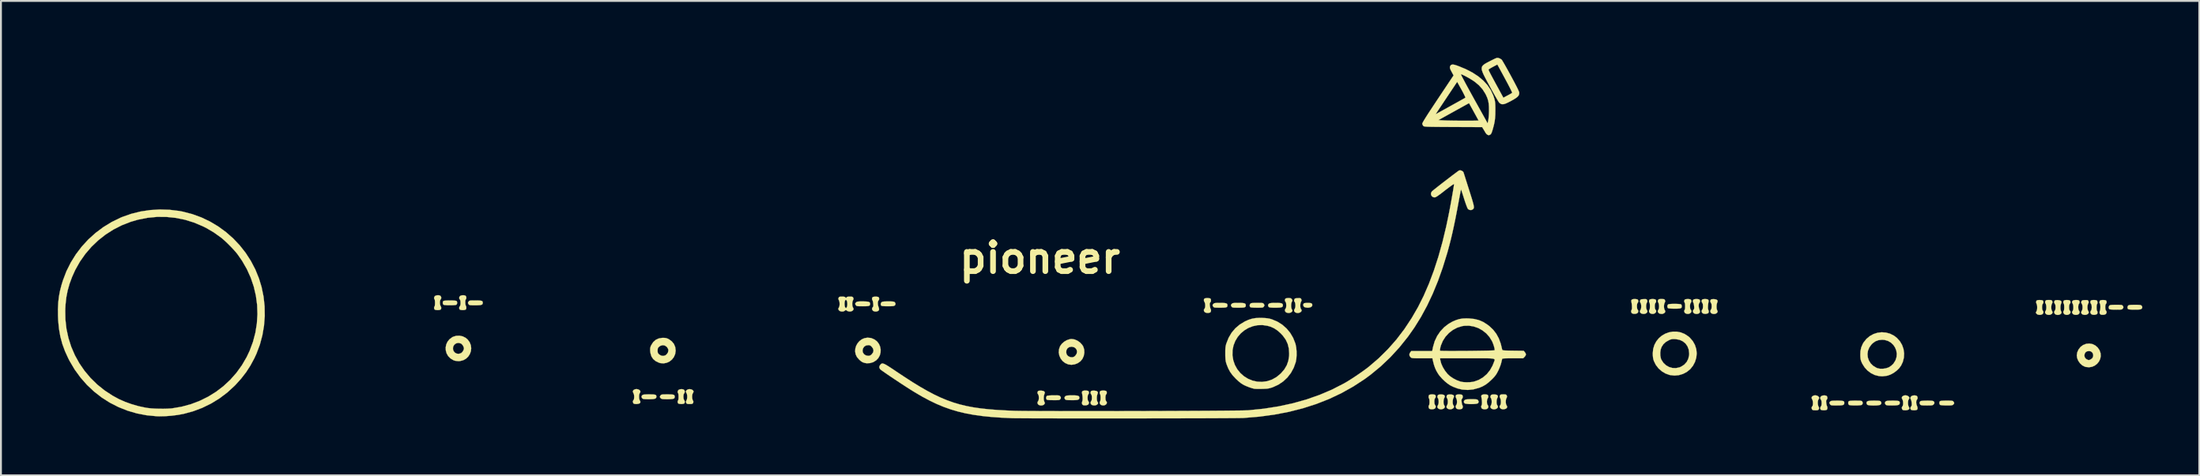
<source format=kicad_pcb>
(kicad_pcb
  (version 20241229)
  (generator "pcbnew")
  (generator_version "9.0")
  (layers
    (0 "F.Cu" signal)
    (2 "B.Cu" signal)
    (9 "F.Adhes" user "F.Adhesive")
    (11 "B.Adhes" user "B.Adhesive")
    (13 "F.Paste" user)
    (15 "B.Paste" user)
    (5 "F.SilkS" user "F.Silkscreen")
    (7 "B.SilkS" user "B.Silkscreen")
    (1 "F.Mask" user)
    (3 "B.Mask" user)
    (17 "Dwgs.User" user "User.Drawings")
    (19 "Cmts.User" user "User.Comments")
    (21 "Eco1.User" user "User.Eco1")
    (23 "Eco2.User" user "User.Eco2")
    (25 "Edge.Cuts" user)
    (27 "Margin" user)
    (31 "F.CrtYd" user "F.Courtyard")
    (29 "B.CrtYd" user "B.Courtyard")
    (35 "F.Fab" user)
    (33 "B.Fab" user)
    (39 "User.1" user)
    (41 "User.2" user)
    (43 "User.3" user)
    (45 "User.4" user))
  (footprint "pioneer"
    (layer "F.Cu")
    (at 51.766 10.575)
    (property "Reference" "pioneer" (at 0 0 0) (layer "F.SilkS") (effects (font (size 1.524 1.524) (thickness 0.3))))
    (attr through_hole)
    (fp_poly (pts (xy 14.239 2.369) (xy 14.313 2.386) (xy 14.352 2.42) (xy 14.365 2.473) (xy 14.365 2.483) (xy 14.342 2.548) (xy 14.277 2.593) (xy 14.174 2.617) (xy 14.124 2.619) (xy 14.028 2.61) (xy 13.953 2.588) (xy 13.939 2.579) (xy 13.894 2.523) (xy 13.884 2.454) (xy 13.913 2.395) (xy 13.955 2.378) (xy 14.035 2.368) (xy 14.124 2.365) (xy 14.239 2.369)) (stroke (width 0.01) (type solid)) (fill yes) (layer "F.SilkS"))
    (fp_poly (pts (xy -30.933 2.24) (xy -30.821 2.248) (xy -30.757 2.261) (xy -30.744 2.268) (xy -30.717 2.324) (xy -30.718 2.393) (xy -30.744 2.45) (xy -30.763 2.465) (xy -30.811 2.477) (xy -30.896 2.485) (xy -31.004 2.489) (xy -31.123 2.49) (xy -31.239 2.488) (xy -31.339 2.481) (xy -31.41 2.472) (xy -31.432 2.464) (xy -31.466 2.419) (xy -31.476 2.353) (xy -31.461 2.289) (xy -31.446 2.268) (xy -31.404 2.253) (xy -31.314 2.243) (xy -31.174 2.238) (xy -31.095 2.237) (xy -30.933 2.24)) (stroke (width 0.01) (type solid)) (fill yes) (layer "F.SilkS"))
    (fp_poly (pts (xy 22.888 7.451) (xy 22.977 7.455) (xy 23.035 7.463) (xy 23.072 7.477) (xy 23.095 7.496) (xy 23.134 7.566) (xy 23.122 7.633) (xy 23.097 7.664) (xy 23.052 7.683) (xy 22.969 7.697) (xy 22.861 7.705) (xy 22.74 7.708) (xy 22.62 7.705) (xy 22.513 7.696) (xy 22.431 7.682) (xy 22.389 7.664) (xy 22.352 7.599) (xy 22.364 7.533) (xy 22.405 7.489) (xy 22.445 7.471) (xy 22.508 7.459) (xy 22.602 7.452) (xy 22.737 7.45) (xy 22.757 7.45) (xy 22.888 7.451)) (stroke (width 0.01) (type solid)) (fill yes) (layer "F.SilkS"))
    (fp_poly (pts (xy 44.113 7.527) (xy 44.21 7.532) (xy 44.273 7.54) (xy 44.312 7.554) (xy 44.327 7.566) (xy 44.364 7.631) (xy 44.352 7.697) (xy 44.311 7.741) (xy 44.257 7.76) (xy 44.168 7.774) (xy 44.056 7.782) (xy 43.935 7.783) (xy 43.818 7.779) (xy 43.717 7.77) (xy 43.645 7.754) (xy 43.619 7.74) (xy 43.586 7.687) (xy 43.579 7.653) (xy 43.586 7.604) (xy 43.612 7.569) (xy 43.663 7.546) (xy 43.746 7.533) (xy 43.868 7.527) (xy 43.973 7.526) (xy 44.113 7.527)) (stroke (width 0.01) (type solid)) (fill yes) (layer "F.SilkS"))
    (fp_poly (pts (xy 1.856 7.249) (xy 1.961 7.258) (xy 2.029 7.276) (xy 2.068 7.305) (xy 2.083 7.348) (xy 2.085 7.373) (xy 2.078 7.422) (xy 2.052 7.457) (xy 2.002 7.48) (xy 1.918 7.494) (xy 1.796 7.5) (xy 1.691 7.5) (xy 1.552 7.499) (xy 1.454 7.495) (xy 1.391 7.486) (xy 1.352 7.472) (xy 1.337 7.461) (xy 1.3 7.395) (xy 1.312 7.33) (xy 1.353 7.286) (xy 1.393 7.267) (xy 1.455 7.255) (xy 1.549 7.249) (xy 1.683 7.246) (xy 1.707 7.246) (xy 1.856 7.249)) (stroke (width 0.01) (type solid)) (fill yes) (layer "F.SilkS"))
    (fp_poly (pts (xy 12.586 2.367) (xy 12.691 2.376) (xy 12.759 2.394) (xy 12.797 2.424) (xy 12.813 2.467) (xy 12.814 2.492) (xy 12.807 2.541) (xy 12.782 2.576) (xy 12.731 2.599) (xy 12.648 2.612) (xy 12.525 2.618) (xy 12.42 2.619) (xy 12.281 2.618) (xy 12.184 2.613) (xy 12.12 2.604) (xy 12.082 2.591) (xy 12.066 2.579) (xy 12.03 2.514) (xy 12.041 2.448) (xy 12.083 2.404) (xy 12.122 2.386) (xy 12.185 2.374) (xy 12.278 2.367) (xy 12.413 2.365) (xy 12.437 2.365) (xy 12.586 2.367)) (stroke (width 0.01) (type solid)) (fill yes) (layer "F.SilkS"))
    (fp_poly (pts (xy 33.599 2.418) (xy 33.701 2.424) (xy 33.775 2.434) (xy 33.811 2.446) (xy 33.834 2.493) (xy 33.841 2.543) (xy 33.837 2.592) (xy 33.819 2.626) (xy 33.78 2.649) (xy 33.713 2.662) (xy 33.61 2.668) (xy 33.464 2.67) (xy 33.46 2.67) (xy 33.298 2.667) (xy 33.185 2.659) (xy 33.122 2.647) (xy 33.109 2.639) (xy 33.082 2.583) (xy 33.082 2.514) (xy 33.109 2.457) (xy 33.128 2.442) (xy 33.176 2.429) (xy 33.26 2.421) (xy 33.367 2.416) (xy 33.484 2.415) (xy 33.599 2.418)) (stroke (width 0.01) (type solid)) (fill yes) (layer "F.SilkS"))
    (fp_poly (pts (xy 43.133 7.527) (xy 43.225 7.529) (xy 43.286 7.535) (xy 43.323 7.546) (xy 43.347 7.563) (xy 43.36 7.58) (xy 43.384 7.651) (xy 43.359 7.718) (xy 43.329 7.748) (xy 43.287 7.762) (xy 43.207 7.772) (xy 43.102 7.778) (xy 42.985 7.78) (xy 42.869 7.778) (xy 42.766 7.772) (xy 42.69 7.763) (xy 42.658 7.753) (xy 42.624 7.708) (xy 42.614 7.641) (xy 42.629 7.577) (xy 42.644 7.556) (xy 42.685 7.541) (xy 42.775 7.531) (xy 42.913 7.526) (xy 42.998 7.526) (xy 43.133 7.527)) (stroke (width 0.01) (type solid)) (fill yes) (layer "F.SilkS"))
    (fp_poly (pts (xy -20.444 7.197) (xy -20.341 7.203) (xy -20.273 7.216) (xy -20.234 7.238) (xy -20.217 7.272) (xy -20.213 7.311) (xy -20.221 7.364) (xy -20.249 7.403) (xy -20.304 7.428) (xy -20.392 7.443) (xy -20.521 7.449) (xy -20.612 7.45) (xy -20.745 7.449) (xy -20.836 7.445) (xy -20.896 7.437) (xy -20.933 7.424) (xy -20.958 7.404) (xy -20.959 7.403) (xy -20.998 7.336) (xy -20.985 7.273) (xy -20.955 7.237) (xy -20.926 7.219) (xy -20.88 7.207) (xy -20.809 7.2) (xy -20.703 7.196) (xy -20.591 7.195) (xy -20.444 7.197)) (stroke (width 0.01) (type solid)) (fill yes) (layer "F.SilkS"))
    (fp_poly (pts (xy -7.859 2.289) (xy -7.768 2.293) (xy -7.708 2.301) (xy -7.67 2.314) (xy -7.645 2.334) (xy -7.644 2.335) (xy -7.606 2.402) (xy -7.618 2.465) (xy -7.649 2.5) (xy -7.678 2.519) (xy -7.723 2.531) (xy -7.795 2.538) (xy -7.9 2.542) (xy -8.012 2.543) (xy -8.174 2.54) (xy -8.286 2.532) (xy -8.348 2.519) (xy -8.36 2.512) (xy -8.388 2.452) (xy -8.379 2.382) (xy -8.344 2.33) (xy -8.314 2.312) (xy -8.267 2.299) (xy -8.194 2.292) (xy -8.086 2.289) (xy -7.992 2.288) (xy -7.859 2.289)) (stroke (width 0.01) (type solid)) (fill yes) (layer "F.SilkS"))
    (fp_poly (pts (xy 42.178 7.527) (xy 42.282 7.534) (xy 42.35 7.547) (xy 42.388 7.569) (xy 42.406 7.603) (xy 42.41 7.644) (xy 42.403 7.696) (xy 42.38 7.733) (xy 42.333 7.758) (xy 42.255 7.772) (xy 42.138 7.779) (xy 42.015 7.78) (xy 41.883 7.78) (xy 41.793 7.777) (xy 41.734 7.771) (xy 41.698 7.759) (xy 41.675 7.741) (xy 41.661 7.724) (xy 41.626 7.659) (xy 41.632 7.609) (xy 41.668 7.568) (xy 41.697 7.55) (xy 41.743 7.537) (xy 41.814 7.53) (xy 41.92 7.527) (xy 42.032 7.526) (xy 42.178 7.527)) (stroke (width 0.01) (type solid)) (fill yes) (layer "F.SilkS"))
    (fp_poly (pts (xy 45.103 7.527) (xy 45.206 7.534) (xy 45.274 7.547) (xy 45.313 7.569) (xy 45.33 7.603) (xy 45.334 7.641) (xy 45.326 7.695) (xy 45.298 7.733) (xy 45.243 7.758) (xy 45.155 7.773) (xy 45.026 7.779) (xy 44.935 7.78) (xy 44.802 7.779) (xy 44.711 7.775) (xy 44.651 7.768) (xy 44.613 7.755) (xy 44.589 7.735) (xy 44.587 7.734) (xy 44.549 7.666) (xy 44.561 7.604) (xy 44.592 7.568) (xy 44.621 7.55) (xy 44.667 7.537) (xy 44.738 7.53) (xy 44.844 7.527) (xy 44.955 7.526) (xy 45.103 7.527)) (stroke (width 0.01) (type solid)) (fill yes) (layer "F.SilkS"))
    (fp_poly (pts (xy 57.861 2.467) (xy 57.953 2.471) (xy 58.014 2.478) (xy 58.053 2.491) (xy 58.078 2.51) (xy 58.08 2.513) (xy 58.119 2.58) (xy 58.107 2.643) (xy 58.076 2.678) (xy 58.047 2.697) (xy 58.001 2.709) (xy 57.93 2.716) (xy 57.824 2.72) (xy 57.712 2.721) (xy 57.551 2.718) (xy 57.439 2.71) (xy 57.376 2.697) (xy 57.365 2.69) (xy 57.337 2.631) (xy 57.343 2.559) (xy 57.374 2.506) (xy 57.402 2.489) (xy 57.449 2.477) (xy 57.525 2.47) (xy 57.637 2.467) (xy 57.726 2.466) (xy 57.861 2.467)) (stroke (width 0.01) (type solid)) (fill yes) (layer "F.SilkS"))
    (fp_poly (pts (xy 46.917 7.527) (xy 47.012 7.532) (xy 47.074 7.541) (xy 47.111 7.556) (xy 47.124 7.566) (xy 47.161 7.625) (xy 47.148 7.687) (xy 47.113 7.729) (xy 47.086 7.751) (xy 47.05 7.766) (xy 46.996 7.775) (xy 46.912 7.779) (xy 46.79 7.78) (xy 46.759 7.78) (xy 46.622 7.779) (xy 46.527 7.774) (xy 46.466 7.765) (xy 46.428 7.75) (xy 46.416 7.74) (xy 46.382 7.679) (xy 46.381 7.612) (xy 46.414 7.56) (xy 46.425 7.552) (xy 46.469 7.542) (xy 46.552 7.533) (xy 46.661 7.528) (xy 46.779 7.526) (xy 46.917 7.527)) (stroke (width 0.01) (type solid)) (fill yes) (layer "F.SilkS"))
    (fp_poly (pts (xy -29.604 2.239) (xy -29.498 2.245) (xy -29.429 2.257) (xy -29.389 2.279) (xy -29.371 2.311) (xy -29.366 2.355) (xy -29.372 2.408) (xy -29.396 2.445) (xy -29.443 2.469) (xy -29.521 2.484) (xy -29.637 2.49) (xy -29.762 2.492) (xy -29.893 2.491) (xy -29.983 2.489) (xy -30.042 2.483) (xy -30.077 2.472) (xy -30.1 2.454) (xy -30.119 2.428) (xy -30.146 2.378) (xy -30.141 2.339) (xy -30.119 2.301) (xy -30.1 2.275) (xy -30.077 2.257) (xy -30.041 2.246) (xy -29.983 2.24) (xy -29.893 2.238) (xy -29.762 2.237) (xy -29.752 2.237) (xy -29.604 2.239)) (stroke (width 0.01) (type solid)) (fill yes) (layer "F.SilkS"))
    (fp_poly (pts (xy 0.864 7.247) (xy 0.953 7.249) (xy 1.009 7.255) (xy 1.044 7.267) (xy 1.066 7.286) (xy 1.083 7.31) (xy 1.11 7.36) (xy 1.105 7.399) (xy 1.083 7.437) (xy 1.064 7.463) (xy 1.041 7.481) (xy 1.005 7.492) (xy 0.947 7.498) (xy 0.857 7.5) (xy 0.726 7.5) (xy 0.716 7.5) (xy 0.553 7.498) (xy 0.44 7.491) (xy 0.375 7.478) (xy 0.361 7.47) (xy 0.334 7.414) (xy 0.334 7.345) (xy 0.361 7.288) (xy 0.38 7.273) (xy 0.424 7.262) (xy 0.506 7.254) (xy 0.616 7.248) (xy 0.735 7.246) (xy 0.864 7.247)) (stroke (width 0.01) (type solid)) (fill yes) (layer "F.SilkS"))
    (fp_poly (pts (xy 11.587 2.365) (xy 11.677 2.367) (xy 11.735 2.373) (xy 11.771 2.384) (xy 11.794 2.403) (xy 11.812 2.428) (xy 11.839 2.478) (xy 11.835 2.517) (xy 11.812 2.555) (xy 11.793 2.581) (xy 11.771 2.599) (xy 11.735 2.61) (xy 11.676 2.616) (xy 11.586 2.618) (xy 11.455 2.619) (xy 11.446 2.619) (xy 11.283 2.616) (xy 11.17 2.609) (xy 11.105 2.596) (xy 11.091 2.588) (xy 11.063 2.529) (xy 11.069 2.457) (xy 11.1 2.405) (xy 11.128 2.387) (xy 11.174 2.375) (xy 11.249 2.368) (xy 11.361 2.365) (xy 11.455 2.365) (xy 11.587 2.365)) (stroke (width 0.01) (type solid)) (fill yes) (layer "F.SilkS"))
    (fp_poly (pts (xy 47.938 7.526) (xy 48.03 7.529) (xy 48.091 7.535) (xy 48.128 7.546) (xy 48.152 7.563) (xy 48.167 7.582) (xy 48.2 7.638) (xy 48.198 7.679) (xy 48.159 7.726) (xy 48.156 7.729) (xy 48.129 7.751) (xy 48.093 7.766) (xy 48.038 7.774) (xy 47.954 7.779) (xy 47.832 7.779) (xy 47.806 7.779) (xy 47.684 7.777) (xy 47.578 7.771) (xy 47.5 7.762) (xy 47.463 7.753) (xy 47.429 7.708) (xy 47.419 7.641) (xy 47.434 7.577) (xy 47.449 7.556) (xy 47.49 7.541) (xy 47.58 7.531) (xy 47.719 7.526) (xy 47.803 7.526) (xy 47.938 7.526)) (stroke (width 0.01) (type solid)) (fill yes) (layer "F.SilkS"))
    (fp_poly (pts (xy 56.87 2.467) (xy 56.96 2.469) (xy 57.018 2.475) (xy 57.054 2.486) (xy 57.077 2.504) (xy 57.095 2.53) (xy 57.122 2.58) (xy 57.118 2.619) (xy 57.095 2.657) (xy 57.076 2.683) (xy 57.053 2.701) (xy 57.017 2.712) (xy 56.959 2.718) (xy 56.869 2.72) (xy 56.738 2.721) (xy 56.729 2.721) (xy 56.566 2.718) (xy 56.452 2.711) (xy 56.388 2.698) (xy 56.373 2.69) (xy 56.346 2.631) (xy 56.352 2.559) (xy 56.383 2.506) (xy 56.41 2.489) (xy 56.457 2.477) (xy 56.532 2.47) (xy 56.643 2.467) (xy 56.738 2.466) (xy 56.87 2.467)) (stroke (width 0.01) (type solid)) (fill yes) (layer "F.SilkS"))
    (fp_poly (pts (xy -19.484 7.197) (xy -19.38 7.203) (xy -19.311 7.215) (xy -19.271 7.237) (xy -19.252 7.272) (xy -19.247 7.32) (xy -19.247 7.327) (xy -19.254 7.374) (xy -19.28 7.408) (xy -19.331 7.43) (xy -19.416 7.443) (xy -19.539 7.449) (xy -19.639 7.45) (xy -19.769 7.449) (xy -19.857 7.445) (xy -19.916 7.437) (xy -19.954 7.423) (xy -19.982 7.401) (xy -19.984 7.399) (xy -20.025 7.35) (xy -20.03 7.31) (xy -19.998 7.256) (xy -19.996 7.252) (xy -19.976 7.229) (xy -19.951 7.213) (xy -19.91 7.203) (xy -19.844 7.198) (xy -19.744 7.196) (xy -19.632 7.195) (xy -19.484 7.197)) (stroke (width 0.01) (type solid)) (fill yes) (layer "F.SilkS"))
    (fp_poly (pts (xy -9.19 2.291) (xy -9.082 2.299) (xy -9.011 2.315) (xy -8.97 2.341) (xy -8.952 2.38) (xy -8.95 2.411) (xy -8.954 2.462) (xy -8.971 2.497) (xy -9.008 2.521) (xy -9.073 2.534) (xy -9.173 2.541) (xy -9.316 2.543) (xy -9.335 2.543) (xy -9.469 2.542) (xy -9.562 2.54) (xy -9.622 2.534) (xy -9.659 2.523) (xy -9.683 2.506) (xy -9.698 2.486) (xy -9.731 2.43) (xy -9.729 2.39) (xy -9.69 2.342) (xy -9.687 2.339) (xy -9.66 2.317) (xy -9.623 2.302) (xy -9.567 2.294) (xy -9.482 2.289) (xy -9.357 2.288) (xy -9.342 2.288) (xy -9.19 2.291)) (stroke (width 0.01) (type solid)) (fill yes) (layer "F.SilkS"))
    (fp_poly (pts (xy 9.65 2.367) (xy 9.758 2.375) (xy 9.829 2.391) (xy 9.87 2.417) (xy 9.888 2.456) (xy 9.89 2.488) (xy 9.886 2.538) (xy 9.87 2.574) (xy 9.832 2.597) (xy 9.767 2.611) (xy 9.667 2.617) (xy 9.524 2.619) (xy 9.505 2.619) (xy 9.371 2.618) (xy 9.279 2.616) (xy 9.218 2.61) (xy 9.181 2.599) (xy 9.157 2.582) (xy 9.142 2.562) (xy 9.109 2.506) (xy 9.111 2.466) (xy 9.15 2.419) (xy 9.153 2.415) (xy 9.181 2.393) (xy 9.217 2.379) (xy 9.273 2.37) (xy 9.358 2.366) (xy 9.483 2.365) (xy 9.498 2.365) (xy 9.65 2.367)) (stroke (width 0.01) (type solid)) (fill yes) (layer "F.SilkS"))
    (fp_poly (pts (xy 10.616 2.367) (xy 10.724 2.375) (xy 10.795 2.391) (xy 10.836 2.417) (xy 10.854 2.456) (xy 10.857 2.488) (xy 10.853 2.538) (xy 10.836 2.574) (xy 10.798 2.597) (xy 10.733 2.611) (xy 10.633 2.617) (xy 10.49 2.619) (xy 10.472 2.619) (xy 10.337 2.618) (xy 10.245 2.616) (xy 10.184 2.61) (xy 10.147 2.599) (xy 10.123 2.582) (xy 10.108 2.562) (xy 10.075 2.506) (xy 10.077 2.466) (xy 10.116 2.419) (xy 10.119 2.415) (xy 10.147 2.393) (xy 10.183 2.379) (xy 10.239 2.37) (xy 10.324 2.366) (xy 10.449 2.365) (xy 10.464 2.365) (xy 10.616 2.367)) (stroke (width 0.01) (type solid)) (fill yes) (layer "F.SilkS"))
    (fp_poly (pts (xy 21.224 7.202) (xy 21.308 7.227) (xy 21.349 7.274) (xy 21.346 7.339) (xy 21.321 7.386) (xy 21.295 7.454) (xy 21.282 7.544) (xy 21.282 7.64) (xy 21.295 7.723) (xy 21.319 7.771) (xy 21.353 7.829) (xy 21.345 7.885) (xy 21.305 7.932) (xy 21.242 7.967) (xy 21.165 7.984) (xy 21.084 7.978) (xy 21.007 7.944) (xy 20.958 7.886) (xy 20.959 7.818) (xy 20.988 7.766) (xy 21.014 7.701) (xy 21.026 7.611) (xy 21.023 7.514) (xy 21.005 7.432) (xy 20.984 7.394) (xy 20.956 7.343) (xy 20.964 7.281) (xy 20.965 7.277) (xy 20.989 7.232) (xy 21.029 7.21) (xy 21.102 7.2) (xy 21.224 7.202)) (stroke (width 0.01) (type solid)) (fill yes) (layer "F.SilkS"))
    (fp_poly (pts (xy 21.707 7.202) (xy 21.791 7.227) (xy 21.832 7.274) (xy 21.829 7.339) (xy 21.804 7.386) (xy 21.779 7.454) (xy 21.766 7.544) (xy 21.765 7.64) (xy 21.778 7.723) (xy 21.802 7.771) (xy 21.836 7.829) (xy 21.828 7.885) (xy 21.788 7.932) (xy 21.725 7.967) (xy 21.648 7.984) (xy 21.567 7.978) (xy 21.49 7.944) (xy 21.441 7.886) (xy 21.442 7.818) (xy 21.471 7.766) (xy 21.497 7.701) (xy 21.509 7.611) (xy 21.506 7.514) (xy 21.488 7.432) (xy 21.467 7.394) (xy 21.439 7.343) (xy 21.447 7.281) (xy 21.449 7.277) (xy 21.472 7.232) (xy 21.512 7.21) (xy 21.585 7.2) (xy 21.707 7.202)) (stroke (width 0.01) (type solid)) (fill yes) (layer "F.SilkS"))
    (fp_poly (pts (xy 24.021 7.202) (xy 24.104 7.227) (xy 24.146 7.274) (xy 24.143 7.339) (xy 24.118 7.386) (xy 24.092 7.454) (xy 24.079 7.544) (xy 24.079 7.64) (xy 24.092 7.723) (xy 24.116 7.771) (xy 24.15 7.829) (xy 24.142 7.885) (xy 24.102 7.932) (xy 24.039 7.967) (xy 23.962 7.984) (xy 23.88 7.978) (xy 23.804 7.944) (xy 23.755 7.886) (xy 23.756 7.818) (xy 23.785 7.766) (xy 23.811 7.701) (xy 23.823 7.611) (xy 23.82 7.514) (xy 23.802 7.432) (xy 23.781 7.394) (xy 23.752 7.343) (xy 23.761 7.281) (xy 23.762 7.277) (xy 23.786 7.232) (xy 23.825 7.21) (xy 23.898 7.2) (xy 24.021 7.202)) (stroke (width 0.01) (type solid)) (fill yes) (layer "F.SilkS"))
    (fp_poly (pts (xy 0.078 6.997) (xy 0.186 7.015) (xy 0.247 7.054) (xy 0.263 7.113) (xy 0.241 7.18) (xy 0.217 7.255) (xy 0.206 7.352) (xy 0.207 7.454) (xy 0.221 7.54) (xy 0.241 7.586) (xy 0.265 7.647) (xy 0.248 7.702) (xy 0.2 7.747) (xy 0.131 7.775) (xy 0.051 7.782) (xy -0.031 7.763) (xy -0.071 7.741) (xy -0.116 7.684) (xy -0.124 7.617) (xy -0.096 7.557) (xy -0.089 7.551) (xy -0.063 7.501) (xy -0.051 7.406) (xy -0.051 7.373) (xy -0.058 7.266) (xy -0.081 7.204) (xy -0.089 7.195) (xy -0.122 7.14) (xy -0.122 7.073) (xy -0.091 7.019) (xy -0.044 7.003) (xy 0.034 6.996) (xy 0.078 6.997)) (stroke (width 0.01) (type solid)) (fill yes) (layer "F.SilkS"))
    (fp_poly (pts (xy 2.482 6.998) (xy 2.544 7.012) (xy 2.563 7.023) (xy 2.59 7.081) (xy 2.585 7.15) (xy 2.555 7.195) (xy 2.529 7.245) (xy 2.518 7.341) (xy 2.517 7.373) (xy 2.524 7.481) (xy 2.547 7.542) (xy 2.555 7.551) (xy 2.589 7.608) (xy 2.585 7.676) (xy 2.545 7.735) (xy 2.537 7.741) (xy 2.457 7.771) (xy 2.352 7.775) (xy 2.282 7.763) (xy 2.24 7.728) (xy 2.219 7.666) (xy 2.225 7.594) (xy 2.237 7.566) (xy 2.252 7.505) (xy 2.257 7.411) (xy 2.251 7.3) (xy 2.236 7.19) (xy 2.224 7.138) (xy 2.22 7.066) (xy 2.253 7.019) (xy 2.327 6.996) (xy 2.401 6.992) (xy 2.482 6.998)) (stroke (width 0.01) (type solid)) (fill yes) (layer "F.SilkS"))
    (fp_poly (pts (xy 2.874 6.997) (xy 2.983 7.015) (xy 3.044 7.054) (xy 3.06 7.113) (xy 3.038 7.18) (xy 3.014 7.257) (xy 3.003 7.356) (xy 3.005 7.458) (xy 3.02 7.545) (xy 3.039 7.588) (xy 3.071 7.64) (xy 3.066 7.681) (xy 3.026 7.729) (xy 2.956 7.768) (xy 2.864 7.78) (xy 2.772 7.764) (xy 2.726 7.741) (xy 2.681 7.684) (xy 2.672 7.617) (xy 2.701 7.557) (xy 2.708 7.551) (xy 2.734 7.501) (xy 2.745 7.406) (xy 2.746 7.373) (xy 2.739 7.266) (xy 2.716 7.204) (xy 2.708 7.195) (xy 2.675 7.14) (xy 2.675 7.073) (xy 2.706 7.019) (xy 2.753 7.003) (xy 2.831 6.996) (xy 2.874 6.997)) (stroke (width 0.01) (type solid)) (fill yes) (layer "F.SilkS"))
    (fp_poly (pts (xy 35.546 2.166) (xy 35.654 2.184) (xy 35.716 2.223) (xy 35.732 2.282) (xy 35.709 2.349) (xy 35.686 2.423) (xy 35.675 2.52) (xy 35.676 2.621) (xy 35.688 2.707) (xy 35.708 2.753) (xy 35.732 2.815) (xy 35.715 2.871) (xy 35.668 2.915) (xy 35.599 2.944) (xy 35.519 2.951) (xy 35.438 2.932) (xy 35.398 2.91) (xy 35.353 2.854) (xy 35.344 2.786) (xy 35.373 2.726) (xy 35.379 2.721) (xy 35.406 2.67) (xy 35.417 2.575) (xy 35.418 2.543) (xy 35.41 2.435) (xy 35.388 2.373) (xy 35.379 2.365) (xy 35.347 2.309) (xy 35.346 2.242) (xy 35.377 2.188) (xy 35.424 2.172) (xy 35.503 2.165) (xy 35.546 2.166)) (stroke (width 0.01) (type solid)) (fill yes) (layer "F.SilkS"))
    (fp_poly (pts (xy 53.674 2.217) (xy 53.783 2.235) (xy 53.844 2.274) (xy 53.86 2.333) (xy 53.838 2.4) (xy 53.814 2.474) (xy 53.803 2.571) (xy 53.804 2.672) (xy 53.817 2.758) (xy 53.836 2.804) (xy 53.861 2.866) (xy 53.844 2.922) (xy 53.796 2.966) (xy 53.727 2.994) (xy 53.647 3.002) (xy 53.566 2.983) (xy 53.526 2.961) (xy 53.481 2.904) (xy 53.472 2.837) (xy 53.501 2.777) (xy 53.508 2.771) (xy 53.534 2.721) (xy 53.545 2.626) (xy 53.546 2.593) (xy 53.539 2.486) (xy 53.516 2.424) (xy 53.508 2.415) (xy 53.475 2.36) (xy 53.475 2.293) (xy 53.506 2.239) (xy 53.553 2.223) (xy 53.631 2.216) (xy 53.674 2.217)) (stroke (width 0.01) (type solid)) (fill yes) (layer "F.SilkS"))
    (fp_poly (pts (xy 31.442 2.167) (xy 31.503 2.181) (xy 31.522 2.192) (xy 31.55 2.25) (xy 31.545 2.319) (xy 31.515 2.365) (xy 31.488 2.415) (xy 31.477 2.51) (xy 31.477 2.543) (xy 31.484 2.65) (xy 31.506 2.712) (xy 31.515 2.721) (xy 31.549 2.777) (xy 31.545 2.845) (xy 31.504 2.904) (xy 31.496 2.91) (xy 31.413 2.942) (xy 31.31 2.944) (xy 31.229 2.923) (xy 31.187 2.882) (xy 31.17 2.818) (xy 31.182 2.754) (xy 31.199 2.728) (xy 31.212 2.689) (xy 31.216 2.615) (xy 31.214 2.52) (xy 31.205 2.42) (xy 31.189 2.329) (xy 31.184 2.307) (xy 31.179 2.235) (xy 31.212 2.188) (xy 31.287 2.165) (xy 31.36 2.161) (xy 31.442 2.167)) (stroke (width 0.01) (type solid)) (fill yes) (layer "F.SilkS"))
    (fp_poly (pts (xy 35.18 2.171) (xy 35.24 2.202) (xy 35.26 2.256) (xy 35.252 2.307) (xy 35.236 2.393) (xy 35.225 2.492) (xy 35.22 2.59) (xy 35.223 2.671) (xy 35.233 2.722) (xy 35.237 2.728) (xy 35.258 2.773) (xy 35.265 2.828) (xy 35.251 2.89) (xy 35.2 2.925) (xy 35.086 2.948) (xy 34.983 2.932) (xy 34.94 2.91) (xy 34.895 2.854) (xy 34.886 2.786) (xy 34.915 2.726) (xy 34.922 2.721) (xy 34.948 2.67) (xy 34.959 2.575) (xy 34.96 2.543) (xy 34.953 2.435) (xy 34.93 2.373) (xy 34.922 2.365) (xy 34.889 2.309) (xy 34.889 2.24) (xy 34.914 2.192) (xy 34.956 2.174) (xy 35.028 2.163) (xy 35.076 2.161) (xy 35.18 2.171)) (stroke (width 0.01) (type solid)) (fill yes) (layer "F.SilkS"))
    (fp_poly (pts (xy 52.772 2.216) (xy 52.843 2.227) (xy 52.88 2.243) (xy 52.907 2.301) (xy 52.902 2.37) (xy 52.872 2.415) (xy 52.846 2.465) (xy 52.835 2.561) (xy 52.834 2.593) (xy 52.841 2.701) (xy 52.864 2.762) (xy 52.872 2.771) (xy 52.906 2.828) (xy 52.902 2.896) (xy 52.861 2.955) (xy 52.854 2.961) (xy 52.772 2.994) (xy 52.678 2.998) (xy 52.592 2.976) (xy 52.554 2.949) (xy 52.513 2.899) (xy 52.51 2.859) (xy 52.541 2.808) (xy 52.565 2.747) (xy 52.577 2.656) (xy 52.577 2.555) (xy 52.565 2.465) (xy 52.541 2.404) (xy 52.518 2.339) (xy 52.53 2.272) (xy 52.564 2.231) (xy 52.613 2.218) (xy 52.688 2.213) (xy 52.772 2.216)) (stroke (width 0.01) (type solid)) (fill yes) (layer "F.SilkS"))
    (fp_poly (pts (xy -21.168 6.932) (xy -21.104 6.967) (xy -21.064 7.015) (xy -21.057 7.07) (xy -21.09 7.128) (xy -21.114 7.18) (xy -21.127 7.262) (xy -21.127 7.357) (xy -21.116 7.445) (xy -21.093 7.508) (xy -21.09 7.512) (xy -21.055 7.583) (xy -21.068 7.641) (xy -21.124 7.682) (xy -21.221 7.702) (xy -21.269 7.704) (xy -21.355 7.7) (xy -21.405 7.685) (xy -21.432 7.656) (xy -21.433 7.655) (xy -21.458 7.576) (xy -21.436 7.516) (xy -21.421 7.5) (xy -21.397 7.454) (xy -21.385 7.376) (xy -21.384 7.286) (xy -21.396 7.2) (xy -21.419 7.138) (xy -21.422 7.133) (xy -21.456 7.059) (xy -21.441 6.993) (xy -21.403 6.955) (xy -21.326 6.921) (xy -21.244 6.915) (xy -21.168 6.932)) (stroke (width 0.01) (type solid)) (fill yes) (layer "F.SilkS"))
    (fp_poly (pts (xy 23.534 7.201) (xy 23.596 7.215) (xy 23.615 7.226) (xy 23.643 7.285) (xy 23.637 7.356) (xy 23.608 7.408) (xy 23.581 7.465) (xy 23.57 7.564) (xy 23.569 7.585) (xy 23.578 7.691) (xy 23.603 7.751) (xy 23.608 7.755) (xy 23.638 7.804) (xy 23.646 7.845) (xy 23.625 7.92) (xy 23.562 7.967) (xy 23.46 7.984) (xy 23.455 7.984) (xy 23.367 7.973) (xy 23.307 7.946) (xy 23.304 7.944) (xy 23.271 7.883) (xy 23.268 7.813) (xy 23.292 7.763) (xy 23.304 7.724) (xy 23.309 7.649) (xy 23.306 7.555) (xy 23.297 7.454) (xy 23.282 7.363) (xy 23.277 7.341) (xy 23.272 7.269) (xy 23.305 7.223) (xy 23.379 7.199) (xy 23.453 7.195) (xy 23.534 7.201)) (stroke (width 0.01) (type solid)) (fill yes) (layer "F.SilkS"))
    (fp_poly (pts (xy 32.86 2.163) (xy 32.911 2.173) (xy 32.94 2.195) (xy 32.956 2.224) (xy 32.97 2.282) (xy 32.95 2.338) (xy 32.942 2.35) (xy 32.915 2.422) (xy 32.902 2.519) (xy 32.905 2.619) (xy 32.924 2.702) (xy 32.939 2.732) (xy 32.973 2.797) (xy 32.961 2.856) (xy 32.926 2.898) (xy 32.847 2.941) (xy 32.773 2.949) (xy 32.67 2.931) (xy 32.621 2.898) (xy 32.577 2.837) (xy 32.579 2.778) (xy 32.607 2.732) (xy 32.634 2.666) (xy 32.645 2.572) (xy 32.64 2.471) (xy 32.621 2.383) (xy 32.605 2.35) (xy 32.577 2.291) (xy 32.586 2.235) (xy 32.591 2.224) (xy 32.612 2.189) (xy 32.645 2.17) (xy 32.702 2.162) (xy 32.773 2.161) (xy 32.86 2.163)) (stroke (width 0.01) (type solid)) (fill yes) (layer "F.SilkS"))
    (fp_poly (pts (xy 45.727 7.263) (xy 45.79 7.298) (xy 45.83 7.346) (xy 45.838 7.401) (xy 45.804 7.459) (xy 45.78 7.51) (xy 45.768 7.593) (xy 45.767 7.687) (xy 45.779 7.775) (xy 45.802 7.838) (xy 45.805 7.842) (xy 45.839 7.914) (xy 45.827 7.972) (xy 45.77 8.012) (xy 45.673 8.033) (xy 45.625 8.034) (xy 45.539 8.03) (xy 45.489 8.016) (xy 45.462 7.986) (xy 45.462 7.985) (xy 45.437 7.907) (xy 45.458 7.846) (xy 45.473 7.831) (xy 45.497 7.785) (xy 45.51 7.707) (xy 45.51 7.616) (xy 45.499 7.531) (xy 45.476 7.468) (xy 45.473 7.464) (xy 45.438 7.389) (xy 45.453 7.324) (xy 45.492 7.286) (xy 45.568 7.252) (xy 45.65 7.246) (xy 45.727 7.263)) (stroke (width 0.01) (type solid)) (fill yes) (layer "F.SilkS"))
    (fp_poly (pts (xy 53.277 2.214) (xy 53.328 2.224) (xy 53.356 2.246) (xy 53.372 2.275) (xy 53.387 2.333) (xy 53.366 2.389) (xy 53.359 2.401) (xy 53.331 2.473) (xy 53.319 2.57) (xy 53.322 2.67) (xy 53.34 2.753) (xy 53.356 2.783) (xy 53.39 2.848) (xy 53.378 2.906) (xy 53.343 2.949) (xy 53.264 2.992) (xy 53.19 3) (xy 53.087 2.982) (xy 53.037 2.949) (xy 52.993 2.888) (xy 52.996 2.829) (xy 53.024 2.783) (xy 53.05 2.716) (xy 53.061 2.623) (xy 53.057 2.522) (xy 53.037 2.434) (xy 53.021 2.401) (xy 52.994 2.342) (xy 53.003 2.286) (xy 53.008 2.275) (xy 53.029 2.239) (xy 53.061 2.221) (xy 53.119 2.213) (xy 53.19 2.212) (xy 53.277 2.214)) (stroke (width 0.01) (type solid)) (fill yes) (layer "F.SilkS"))
    (fp_poly (pts (xy 54.744 2.223) (xy 54.787 2.243) (xy 54.814 2.301) (xy 54.809 2.37) (xy 54.779 2.415) (xy 54.753 2.465) (xy 54.741 2.561) (xy 54.741 2.593) (xy 54.748 2.701) (xy 54.771 2.762) (xy 54.779 2.771) (xy 54.813 2.828) (xy 54.809 2.896) (xy 54.768 2.955) (xy 54.761 2.961) (xy 54.679 2.994) (xy 54.585 2.998) (xy 54.499 2.976) (xy 54.461 2.949) (xy 54.417 2.884) (xy 54.421 2.824) (xy 54.449 2.788) (xy 54.473 2.736) (xy 54.485 2.654) (xy 54.485 2.559) (xy 54.474 2.471) (xy 54.451 2.408) (xy 54.448 2.404) (xy 54.414 2.338) (xy 54.426 2.282) (xy 54.45 2.252) (xy 54.501 2.228) (xy 54.58 2.214) (xy 54.667 2.212) (xy 54.744 2.223)) (stroke (width 0.01) (type solid)) (fill yes) (layer "F.SilkS"))
    (fp_poly (pts (xy -18.379 6.929) (xy -18.308 6.963) (xy -18.263 7.014) (xy -18.255 7.051) (xy -18.27 7.096) (xy -18.293 7.133) (xy -18.319 7.199) (xy -18.33 7.293) (xy -18.326 7.394) (xy -18.306 7.482) (xy -18.29 7.515) (xy -18.263 7.574) (xy -18.272 7.63) (xy -18.277 7.641) (xy -18.298 7.676) (xy -18.33 7.695) (xy -18.388 7.703) (xy -18.459 7.704) (xy -18.546 7.702) (xy -18.597 7.692) (xy -18.625 7.67) (xy -18.641 7.641) (xy -18.656 7.583) (xy -18.635 7.527) (xy -18.628 7.515) (xy -18.6 7.443) (xy -18.588 7.346) (xy -18.591 7.246) (xy -18.609 7.163) (xy -18.625 7.133) (xy -18.659 7.068) (xy -18.647 7.009) (xy -18.611 6.967) (xy -18.545 6.928) (xy -18.463 6.917) (xy -18.379 6.929)) (stroke (width 0.01) (type solid)) (fill yes) (layer "F.SilkS"))
    (fp_poly (pts (xy 13.195 2.114) (xy 13.245 2.129) (xy 13.279 2.161) (xy 13.287 2.174) (xy 13.314 2.224) (xy 13.31 2.263) (xy 13.288 2.3) (xy 13.261 2.37) (xy 13.249 2.466) (xy 13.249 2.569) (xy 13.264 2.658) (xy 13.286 2.706) (xy 13.317 2.759) (xy 13.313 2.8) (xy 13.272 2.848) (xy 13.202 2.886) (xy 13.11 2.898) (xy 13.018 2.882) (xy 12.973 2.859) (xy 12.928 2.803) (xy 12.919 2.735) (xy 12.948 2.676) (xy 12.954 2.67) (xy 12.981 2.62) (xy 12.992 2.524) (xy 12.992 2.492) (xy 12.985 2.384) (xy 12.963 2.323) (xy 12.954 2.314) (xy 12.922 2.258) (xy 12.921 2.189) (xy 12.947 2.141) (xy 12.988 2.123) (xy 13.061 2.112) (xy 13.111 2.11) (xy 13.195 2.114)) (stroke (width 0.01) (type solid)) (fill yes) (layer "F.SilkS"))
    (fp_poly (pts (xy 13.736 2.119) (xy 13.764 2.137) (xy 13.784 2.172) (xy 13.784 2.172) (xy 13.8 2.23) (xy 13.78 2.286) (xy 13.771 2.299) (xy 13.745 2.367) (xy 13.731 2.459) (xy 13.731 2.555) (xy 13.744 2.638) (xy 13.768 2.686) (xy 13.802 2.744) (xy 13.794 2.799) (xy 13.754 2.847) (xy 13.69 2.882) (xy 13.614 2.899) (xy 13.532 2.893) (xy 13.456 2.859) (xy 13.407 2.801) (xy 13.408 2.733) (xy 13.437 2.681) (xy 13.463 2.616) (xy 13.475 2.526) (xy 13.471 2.429) (xy 13.454 2.347) (xy 13.433 2.309) (xy 13.404 2.258) (xy 13.413 2.197) (xy 13.414 2.192) (xy 13.432 2.154) (xy 13.46 2.132) (xy 13.512 2.121) (xy 13.597 2.115) (xy 13.685 2.113) (xy 13.736 2.119)) (stroke (width 0.01) (type solid)) (fill yes) (layer "F.SilkS"))
    (fp_poly (pts (xy 24.521 7.198) (xy 24.572 7.207) (xy 24.6 7.229) (xy 24.616 7.258) (xy 24.631 7.316) (xy 24.61 7.373) (xy 24.603 7.384) (xy 24.575 7.457) (xy 24.563 7.553) (xy 24.566 7.653) (xy 24.584 7.736) (xy 24.6 7.766) (xy 24.63 7.823) (xy 24.637 7.86) (xy 24.615 7.915) (xy 24.558 7.956) (xy 24.479 7.979) (xy 24.395 7.981) (xy 24.318 7.959) (xy 24.281 7.933) (xy 24.237 7.867) (xy 24.241 7.807) (xy 24.269 7.771) (xy 24.294 7.717) (xy 24.306 7.633) (xy 24.305 7.536) (xy 24.29 7.446) (xy 24.265 7.384) (xy 24.238 7.325) (xy 24.247 7.269) (xy 24.252 7.258) (xy 24.273 7.223) (xy 24.305 7.204) (xy 24.363 7.197) (xy 24.434 7.195) (xy 24.521 7.198)) (stroke (width 0.01) (type solid)) (fill yes) (layer "F.SilkS"))
    (fp_poly (pts (xy 31.966 2.169) (xy 31.994 2.188) (xy 32.014 2.222) (xy 32.014 2.222) (xy 32.03 2.281) (xy 32.01 2.336) (xy 32.002 2.35) (xy 31.974 2.422) (xy 31.962 2.519) (xy 31.965 2.619) (xy 31.983 2.702) (xy 31.999 2.732) (xy 32.032 2.797) (xy 32.02 2.856) (xy 31.985 2.898) (xy 31.915 2.937) (xy 31.823 2.949) (xy 31.732 2.933) (xy 31.686 2.91) (xy 31.637 2.852) (xy 31.638 2.784) (xy 31.667 2.732) (xy 31.693 2.667) (xy 31.705 2.577) (xy 31.701 2.48) (xy 31.684 2.398) (xy 31.663 2.359) (xy 31.634 2.309) (xy 31.643 2.247) (xy 31.644 2.243) (xy 31.662 2.205) (xy 31.69 2.183) (xy 31.742 2.172) (xy 31.827 2.166) (xy 31.915 2.164) (xy 31.966 2.169)) (stroke (width 0.01) (type solid)) (fill yes) (layer "F.SilkS"))
    (fp_poly (pts (xy 40.972 7.263) (xy 41.035 7.298) (xy 41.075 7.346) (xy 41.083 7.401) (xy 41.049 7.459) (xy 41.024 7.513) (xy 41.012 7.597) (xy 41.013 7.694) (xy 41.028 7.784) (xy 41.053 7.846) (xy 41.08 7.905) (xy 41.071 7.961) (xy 41.066 7.972) (xy 41.045 8.007) (xy 41.012 8.026) (xy 40.954 8.033) (xy 40.886 8.034) (xy 40.795 8.031) (xy 40.743 8.02) (xy 40.713 7.995) (xy 40.707 7.985) (xy 40.682 7.907) (xy 40.703 7.846) (xy 40.719 7.831) (xy 40.743 7.785) (xy 40.755 7.707) (xy 40.755 7.616) (xy 40.744 7.531) (xy 40.721 7.468) (xy 40.718 7.464) (xy 40.684 7.389) (xy 40.699 7.324) (xy 40.737 7.286) (xy 40.814 7.252) (xy 40.895 7.246) (xy 40.972 7.263)) (stroke (width 0.01) (type solid)) (fill yes) (layer "F.SilkS"))
    (fp_poly (pts (xy 55.23 2.22) (xy 55.259 2.238) (xy 55.278 2.273) (xy 55.278 2.273) (xy 55.294 2.332) (xy 55.274 2.387) (xy 55.266 2.401) (xy 55.238 2.473) (xy 55.226 2.57) (xy 55.229 2.67) (xy 55.247 2.753) (xy 55.263 2.783) (xy 55.297 2.848) (xy 55.285 2.906) (xy 55.249 2.949) (xy 55.179 2.988) (xy 55.088 3) (xy 54.996 2.984) (xy 54.95 2.961) (xy 54.901 2.903) (xy 54.902 2.834) (xy 54.931 2.783) (xy 54.957 2.718) (xy 54.969 2.627) (xy 54.966 2.531) (xy 54.948 2.449) (xy 54.927 2.41) (xy 54.898 2.36) (xy 54.907 2.298) (xy 54.908 2.294) (xy 54.926 2.256) (xy 54.954 2.234) (xy 55.006 2.223) (xy 55.091 2.217) (xy 55.179 2.215) (xy 55.23 2.22)) (stroke (width 0.01) (type solid)) (fill yes) (layer "F.SilkS"))
    (fp_poly (pts (xy -8.577 2.04) (xy -8.515 2.054) (xy -8.497 2.065) (xy -8.47 2.123) (xy -8.475 2.192) (xy -8.505 2.237) (xy -8.532 2.288) (xy -8.542 2.369) (xy -8.536 2.464) (xy -8.513 2.556) (xy -8.502 2.583) (xy -8.478 2.66) (xy -8.476 2.727) (xy -8.476 2.73) (xy -8.513 2.783) (xy -8.581 2.814) (xy -8.666 2.823) (xy -8.751 2.805) (xy -8.792 2.783) (xy -8.837 2.726) (xy -8.845 2.657) (xy -8.813 2.596) (xy -8.807 2.591) (xy -8.784 2.561) (xy -8.775 2.511) (xy -8.779 2.43) (xy -8.782 2.405) (xy -8.794 2.319) (xy -8.81 2.253) (xy -8.823 2.227) (xy -8.846 2.174) (xy -8.841 2.108) (xy -8.818 2.065) (xy -8.776 2.047) (xy -8.703 2.036) (xy -8.657 2.034) (xy -8.577 2.04)) (stroke (width 0.01) (type solid)) (fill yes) (layer "F.SilkS"))
    (fp_poly (pts (xy 20.764 7.201) (xy 20.826 7.215) (xy 20.844 7.226) (xy 20.871 7.285) (xy 20.866 7.353) (xy 20.836 7.399) (xy 20.81 7.449) (xy 20.798 7.544) (xy 20.798 7.577) (xy 20.805 7.684) (xy 20.828 7.746) (xy 20.836 7.755) (xy 20.87 7.812) (xy 20.866 7.881) (xy 20.828 7.942) (xy 20.767 7.97) (xy 20.681 7.982) (xy 20.593 7.976) (xy 20.537 7.956) (xy 20.507 7.916) (xy 20.493 7.854) (xy 20.499 7.796) (xy 20.518 7.767) (xy 20.531 7.736) (xy 20.541 7.668) (xy 20.544 7.589) (xy 20.54 7.503) (xy 20.53 7.438) (xy 20.518 7.412) (xy 20.498 7.374) (xy 20.494 7.313) (xy 20.507 7.252) (xy 20.523 7.226) (xy 20.565 7.208) (xy 20.637 7.197) (xy 20.684 7.195) (xy 20.764 7.201)) (stroke (width 0.01) (type solid)) (fill yes) (layer "F.SilkS"))
    (fp_poly (pts (xy 22.188 7.201) (xy 22.249 7.215) (xy 22.268 7.226) (xy 22.294 7.283) (xy 22.294 7.355) (xy 22.268 7.416) (xy 22.259 7.425) (xy 22.236 7.457) (xy 22.229 7.509) (xy 22.236 7.597) (xy 22.236 7.6) (xy 22.249 7.683) (xy 22.265 7.745) (xy 22.276 7.766) (xy 22.298 7.821) (xy 22.293 7.888) (xy 22.266 7.944) (xy 22.249 7.957) (xy 22.172 7.98) (xy 22.082 7.982) (xy 22.002 7.964) (xy 21.959 7.937) (xy 21.922 7.868) (xy 21.925 7.799) (xy 21.955 7.755) (xy 21.98 7.707) (xy 21.992 7.63) (xy 21.991 7.541) (xy 21.978 7.46) (xy 21.956 7.41) (xy 21.922 7.337) (xy 21.924 7.265) (xy 21.947 7.226) (xy 21.989 7.208) (xy 22.061 7.197) (xy 22.107 7.195) (xy 22.188 7.201)) (stroke (width 0.01) (type solid)) (fill yes) (layer "F.SilkS"))
    (fp_poly (pts (xy 34.697 2.167) (xy 34.759 2.181) (xy 34.777 2.192) (xy 34.804 2.25) (xy 34.799 2.319) (xy 34.769 2.365) (xy 34.742 2.415) (xy 34.732 2.496) (xy 34.738 2.591) (xy 34.761 2.683) (xy 34.772 2.71) (xy 34.796 2.787) (xy 34.798 2.854) (xy 34.798 2.857) (xy 34.761 2.91) (xy 34.693 2.942) (xy 34.608 2.95) (xy 34.523 2.932) (xy 34.483 2.91) (xy 34.437 2.853) (xy 34.429 2.784) (xy 34.461 2.723) (xy 34.467 2.718) (xy 34.49 2.688) (xy 34.499 2.639) (xy 34.495 2.557) (xy 34.492 2.532) (xy 34.48 2.446) (xy 34.464 2.381) (xy 34.451 2.354) (xy 34.428 2.301) (xy 34.433 2.235) (xy 34.457 2.192) (xy 34.498 2.174) (xy 34.571 2.163) (xy 34.617 2.161) (xy 34.697 2.167)) (stroke (width 0.01) (type solid)) (fill yes) (layer "F.SilkS"))
    (fp_poly (pts (xy 46.215 7.268) (xy 46.225 7.273) (xy 46.263 7.318) (xy 46.274 7.384) (xy 46.257 7.449) (xy 46.236 7.475) (xy 46.209 7.526) (xy 46.199 7.605) (xy 46.207 7.696) (xy 46.231 7.779) (xy 46.236 7.789) (xy 46.269 7.884) (xy 46.267 7.963) (xy 46.244 8.004) (xy 46.202 8.022) (xy 46.13 8.033) (xy 46.084 8.034) (xy 46.003 8.029) (xy 45.942 8.014) (xy 45.923 8.004) (xy 45.896 7.945) (xy 45.902 7.876) (xy 45.934 7.829) (xy 45.957 7.797) (xy 45.966 7.744) (xy 45.963 7.657) (xy 45.962 7.644) (xy 45.95 7.559) (xy 45.934 7.493) (xy 45.92 7.467) (xy 45.894 7.409) (xy 45.905 7.342) (xy 45.948 7.287) (xy 45.949 7.286) (xy 46.029 7.255) (xy 46.127 7.248) (xy 46.215 7.268)) (stroke (width 0.01) (type solid)) (fill yes) (layer "F.SilkS"))
    (fp_poly (pts (xy 56.131 2.218) (xy 56.192 2.232) (xy 56.211 2.243) (xy 56.238 2.301) (xy 56.233 2.37) (xy 56.203 2.415) (xy 56.176 2.465) (xy 56.165 2.561) (xy 56.165 2.593) (xy 56.172 2.701) (xy 56.194 2.762) (xy 56.203 2.771) (xy 56.237 2.828) (xy 56.233 2.896) (xy 56.192 2.955) (xy 56.185 2.961) (xy 56.104 2.991) (xy 56 2.995) (xy 55.93 2.983) (xy 55.888 2.949) (xy 55.866 2.888) (xy 55.869 2.821) (xy 55.881 2.793) (xy 55.897 2.745) (xy 55.906 2.668) (xy 55.91 2.579) (xy 55.907 2.494) (xy 55.898 2.43) (xy 55.885 2.403) (xy 55.863 2.364) (xy 55.863 2.305) (xy 55.883 2.251) (xy 55.89 2.243) (xy 55.932 2.225) (xy 56.004 2.214) (xy 56.05 2.212) (xy 56.131 2.218)) (stroke (width 0.01) (type solid)) (fill yes) (layer "F.SilkS"))
    (fp_poly (pts (xy -31.637 1.973) (xy -31.593 1.998) (xy -31.559 2.06) (xy -31.558 2.131) (xy -31.591 2.187) (xy -31.616 2.234) (xy -31.627 2.311) (xy -31.626 2.4) (xy -31.612 2.481) (xy -31.59 2.528) (xy -31.558 2.601) (xy -31.56 2.674) (xy -31.583 2.715) (xy -31.625 2.733) (xy -31.698 2.744) (xy -31.744 2.746) (xy -31.824 2.74) (xy -31.886 2.726) (xy -31.904 2.715) (xy -31.928 2.667) (xy -31.933 2.607) (xy -31.916 2.561) (xy -31.909 2.555) (xy -31.896 2.524) (xy -31.887 2.456) (xy -31.883 2.366) (xy -31.883 2.365) (xy -31.887 2.275) (xy -31.896 2.206) (xy -31.909 2.174) (xy -31.909 2.174) (xy -31.933 2.133) (xy -31.929 2.074) (xy -31.899 2.017) (xy -31.878 1.997) (xy -31.805 1.968) (xy -31.717 1.959) (xy -31.637 1.973)) (stroke (width 0.01) (type solid)) (fill yes) (layer "F.SilkS"))
    (fp_poly (pts (xy -30.29 1.979) (xy -30.28 1.984) (xy -30.243 2.029) (xy -30.231 2.095) (xy -30.245 2.158) (xy -30.265 2.183) (xy -30.281 2.222) (xy -30.288 2.294) (xy -30.287 2.378) (xy -30.278 2.459) (xy -30.261 2.517) (xy -30.253 2.529) (xy -30.234 2.579) (xy -30.234 2.648) (xy -30.254 2.706) (xy -30.261 2.715) (xy -30.303 2.733) (xy -30.375 2.744) (xy -30.422 2.746) (xy -30.502 2.74) (xy -30.563 2.726) (xy -30.582 2.715) (xy -30.609 2.657) (xy -30.604 2.588) (xy -30.574 2.543) (xy -30.548 2.492) (xy -30.536 2.397) (xy -30.536 2.365) (xy -30.543 2.257) (xy -30.566 2.195) (xy -30.574 2.187) (xy -30.608 2.13) (xy -30.604 2.062) (xy -30.563 2.003) (xy -30.556 1.997) (xy -30.476 1.966) (xy -30.378 1.96) (xy -30.29 1.979)) (stroke (width 0.01) (type solid)) (fill yes) (layer "F.SilkS"))
    (fp_poly (pts (xy 8.916 2.116) (xy 8.977 2.13) (xy 8.996 2.141) (xy 9.022 2.198) (xy 9.021 2.27) (xy 8.995 2.331) (xy 8.986 2.341) (xy 8.962 2.372) (xy 8.955 2.423) (xy 8.961 2.508) (xy 8.962 2.516) (xy 8.976 2.598) (xy 8.992 2.66) (xy 9.003 2.681) (xy 9.025 2.735) (xy 9.021 2.803) (xy 8.994 2.859) (xy 8.977 2.872) (xy 8.892 2.896) (xy 8.794 2.893) (xy 8.71 2.865) (xy 8.701 2.859) (xy 8.656 2.803) (xy 8.647 2.735) (xy 8.676 2.676) (xy 8.683 2.67) (xy 8.708 2.622) (xy 8.72 2.545) (xy 8.719 2.456) (xy 8.706 2.374) (xy 8.684 2.325) (xy 8.65 2.252) (xy 8.652 2.179) (xy 8.675 2.141) (xy 8.717 2.123) (xy 8.789 2.112) (xy 8.835 2.11) (xy 8.916 2.116)) (stroke (width 0.01) (type solid)) (fill yes) (layer "F.SilkS"))
    (fp_poly (pts (xy 55.648 2.218) (xy 55.709 2.232) (xy 55.727 2.243) (xy 55.75 2.289) (xy 55.757 2.353) (xy 55.748 2.408) (xy 55.733 2.428) (xy 55.719 2.46) (xy 55.71 2.527) (xy 55.707 2.606) (xy 55.711 2.692) (xy 55.72 2.757) (xy 55.733 2.784) (xy 55.751 2.818) (xy 55.758 2.875) (xy 55.745 2.938) (xy 55.699 2.973) (xy 55.693 2.975) (xy 55.579 2.999) (xy 55.476 2.983) (xy 55.433 2.961) (xy 55.388 2.904) (xy 55.379 2.837) (xy 55.408 2.777) (xy 55.415 2.771) (xy 55.441 2.721) (xy 55.452 2.626) (xy 55.453 2.593) (xy 55.446 2.486) (xy 55.423 2.424) (xy 55.415 2.415) (xy 55.382 2.36) (xy 55.382 2.291) (xy 55.407 2.243) (xy 55.449 2.225) (xy 55.521 2.214) (xy 55.567 2.212) (xy 55.648 2.218)) (stroke (width 0.01) (type solid)) (fill yes) (layer "F.SilkS"))
    (fp_poly (pts (xy -18.797 6.931) (xy -18.753 6.956) (xy -18.719 7.018) (xy -18.719 7.089) (xy -18.751 7.145) (xy -18.779 7.198) (xy -18.789 7.299) (xy -18.789 7.315) (xy -18.781 7.42) (xy -18.757 7.485) (xy -18.751 7.491) (xy -18.719 7.553) (xy -18.718 7.624) (xy -18.744 7.673) (xy -18.785 7.691) (xy -18.858 7.702) (xy -18.904 7.704) (xy -18.984 7.698) (xy -19.046 7.684) (xy -19.064 7.673) (xy -19.089 7.625) (xy -19.093 7.565) (xy -19.076 7.519) (xy -19.069 7.513) (xy -19.056 7.482) (xy -19.047 7.414) (xy -19.044 7.324) (xy -19.044 7.323) (xy -19.047 7.233) (xy -19.056 7.164) (xy -19.069 7.132) (xy -19.069 7.132) (xy -19.093 7.091) (xy -19.089 7.032) (xy -19.06 6.975) (xy -19.038 6.955) (xy -18.965 6.925) (xy -18.877 6.917) (xy -18.797 6.931)) (stroke (width 0.01) (type solid)) (fill yes) (layer "F.SilkS"))
    (fp_poly (pts (xy 3.424 6.998) (xy 3.485 7.012) (xy 3.504 7.023) (xy 3.531 7.081) (xy 3.526 7.15) (xy 3.496 7.195) (xy 3.47 7.245) (xy 3.458 7.341) (xy 3.458 7.373) (xy 3.465 7.481) (xy 3.488 7.542) (xy 3.496 7.551) (xy 3.533 7.607) (xy 3.529 7.669) (xy 3.49 7.725) (xy 3.424 7.766) (xy 3.343 7.78) (xy 3.267 7.767) (xy 3.209 7.741) (xy 3.17 7.692) (xy 3.153 7.632) (xy 3.163 7.58) (xy 3.178 7.564) (xy 3.191 7.532) (xy 3.2 7.465) (xy 3.204 7.375) (xy 3.204 7.373) (xy 3.2 7.284) (xy 3.191 7.215) (xy 3.178 7.183) (xy 3.178 7.183) (xy 3.156 7.144) (xy 3.156 7.085) (xy 3.176 7.031) (xy 3.183 7.023) (xy 3.225 7.005) (xy 3.297 6.994) (xy 3.343 6.992) (xy 3.424 6.998)) (stroke (width 0.01) (type solid)) (fill yes) (layer "F.SilkS"))
    (fp_poly (pts (xy 32.384 2.167) (xy 32.445 2.181) (xy 32.463 2.192) (xy 32.491 2.25) (xy 32.485 2.319) (xy 32.456 2.365) (xy 32.429 2.415) (xy 32.418 2.51) (xy 32.417 2.543) (xy 32.425 2.65) (xy 32.447 2.712) (xy 32.456 2.721) (xy 32.493 2.777) (xy 32.489 2.838) (xy 32.45 2.894) (xy 32.384 2.935) (xy 32.303 2.949) (xy 32.226 2.936) (xy 32.169 2.91) (xy 32.129 2.862) (xy 32.112 2.801) (xy 32.122 2.749) (xy 32.138 2.733) (xy 32.15 2.702) (xy 32.16 2.634) (xy 32.163 2.544) (xy 32.163 2.543) (xy 32.16 2.453) (xy 32.151 2.384) (xy 32.138 2.352) (xy 32.138 2.352) (xy 32.116 2.313) (xy 32.115 2.254) (xy 32.135 2.201) (xy 32.143 2.192) (xy 32.185 2.174) (xy 32.257 2.163) (xy 32.303 2.161) (xy 32.384 2.167)) (stroke (width 0.01) (type solid)) (fill yes) (layer "F.SilkS"))
    (fp_poly (pts (xy 34.24 2.167) (xy 34.301 2.181) (xy 34.319 2.192) (xy 34.347 2.25) (xy 34.341 2.319) (xy 34.312 2.365) (xy 34.285 2.415) (xy 34.274 2.51) (xy 34.273 2.543) (xy 34.281 2.65) (xy 34.303 2.712) (xy 34.312 2.721) (xy 34.349 2.777) (xy 34.345 2.838) (xy 34.306 2.894) (xy 34.24 2.935) (xy 34.159 2.949) (xy 34.082 2.936) (xy 34.025 2.91) (xy 33.985 2.862) (xy 33.968 2.801) (xy 33.979 2.749) (xy 33.994 2.733) (xy 34.007 2.702) (xy 34.016 2.634) (xy 34.019 2.544) (xy 34.019 2.543) (xy 34.016 2.453) (xy 34.007 2.384) (xy 33.994 2.352) (xy 33.994 2.352) (xy 33.972 2.313) (xy 33.972 2.254) (xy 33.991 2.201) (xy 33.999 2.192) (xy 34.041 2.174) (xy 34.113 2.163) (xy 34.159 2.161) (xy 34.24 2.167)) (stroke (width 0.01) (type solid)) (fill yes) (layer "F.SilkS"))
    (fp_poly (pts (xy 41.461 7.268) (xy 41.471 7.273) (xy 41.508 7.318) (xy 41.519 7.384) (xy 41.502 7.449) (xy 41.48 7.476) (xy 41.458 7.508) (xy 41.451 7.56) (xy 41.457 7.648) (xy 41.458 7.651) (xy 41.471 7.733) (xy 41.487 7.795) (xy 41.497 7.817) (xy 41.517 7.868) (xy 41.516 7.936) (xy 41.497 7.994) (xy 41.489 8.004) (xy 41.447 8.022) (xy 41.375 8.033) (xy 41.329 8.034) (xy 41.248 8.029) (xy 41.187 8.014) (xy 41.169 8.004) (xy 41.141 7.945) (xy 41.147 7.877) (xy 41.176 7.831) (xy 41.203 7.781) (xy 41.214 7.686) (xy 41.215 7.653) (xy 41.207 7.546) (xy 41.185 7.484) (xy 41.176 7.475) (xy 41.143 7.418) (xy 41.147 7.35) (xy 41.187 7.292) (xy 41.195 7.286) (xy 41.275 7.255) (xy 41.372 7.248) (xy 41.461 7.268)) (stroke (width 0.01) (type solid)) (fill yes) (layer "F.SilkS"))
    (fp_poly (pts (xy 54.224 2.218) (xy 54.285 2.232) (xy 54.304 2.243) (xy 54.331 2.301) (xy 54.326 2.37) (xy 54.296 2.415) (xy 54.27 2.465) (xy 54.258 2.561) (xy 54.258 2.593) (xy 54.265 2.701) (xy 54.288 2.762) (xy 54.296 2.771) (xy 54.333 2.827) (xy 54.329 2.889) (xy 54.29 2.945) (xy 54.224 2.986) (xy 54.143 3) (xy 54.067 2.987) (xy 54.009 2.961) (xy 53.97 2.912) (xy 53.953 2.852) (xy 53.963 2.8) (xy 53.978 2.784) (xy 53.991 2.753) (xy 54 2.685) (xy 54.004 2.595) (xy 54.004 2.593) (xy 54 2.504) (xy 53.991 2.435) (xy 53.978 2.403) (xy 53.978 2.403) (xy 53.956 2.364) (xy 53.956 2.305) (xy 53.976 2.251) (xy 53.983 2.243) (xy 54.025 2.225) (xy 54.097 2.214) (xy 54.143 2.212) (xy 54.224 2.218)) (stroke (width 0.01) (type solid)) (fill yes) (layer "F.SilkS"))
    (fp_poly (pts (xy 55.488 4.539) (xy 55.637 4.61) (xy 55.765 4.719) (xy 55.863 4.862) (xy 55.918 5.02) (xy 55.928 5.177) (xy 55.898 5.326) (xy 55.832 5.463) (xy 55.736 5.58) (xy 55.615 5.674) (xy 55.473 5.737) (xy 55.317 5.764) (xy 55.151 5.749) (xy 55.092 5.733) (xy 54.958 5.665) (xy 54.839 5.558) (xy 54.745 5.425) (xy 54.684 5.277) (xy 54.667 5.152) (xy 55.063 5.152) (xy 55.09 5.249) (xy 55.157 5.325) (xy 55.204 5.352) (xy 55.263 5.377) (xy 55.298 5.386) (xy 55.333 5.377) (xy 55.388 5.354) (xy 55.471 5.298) (xy 55.519 5.22) (xy 55.533 5.132) (xy 55.516 5.046) (xy 55.47 4.972) (xy 55.396 4.922) (xy 55.312 4.907) (xy 55.205 4.922) (xy 55.13 4.969) (xy 55.082 5.049) (xy 55.063 5.152) (xy 54.667 5.152) (xy 54.665 5.138) (xy 54.689 4.977) (xy 54.758 4.824) (xy 54.862 4.691) (xy 54.997 4.59) (xy 54.999 4.589) (xy 55.161 4.526) (xy 55.327 4.511) (xy 55.488 4.539)) (stroke (width 0.01) (type solid)) (fill yes) (layer "F.SilkS"))
    (fp_poly (pts (xy 1.831 4.295) (xy 1.983 4.36) (xy 2.122 4.458) (xy 2.235 4.581) (xy 2.29 4.671) (xy 2.339 4.83) (xy 2.346 5) (xy 2.314 5.169) (xy 2.244 5.323) (xy 2.144 5.445) (xy 2.001 5.546) (xy 1.837 5.61) (xy 1.665 5.633) (xy 1.499 5.611) (xy 1.337 5.541) (xy 1.202 5.436) (xy 1.099 5.303) (xy 1.03 5.15) (xy 1 4.992) (xy 1.39 4.992) (xy 1.422 5.097) (xy 1.494 5.177) (xy 1.598 5.226) (xy 1.687 5.237) (xy 1.761 5.228) (xy 1.824 5.194) (xy 1.871 5.151) (xy 1.939 5.054) (xy 1.962 4.951) (xy 1.945 4.852) (xy 1.892 4.767) (xy 1.807 4.707) (xy 1.694 4.679) (xy 1.675 4.679) (xy 1.554 4.698) (xy 1.463 4.756) (xy 1.407 4.852) (xy 1.401 4.87) (xy 1.39 4.992) (xy 1 4.992) (xy 0.999 4.986) (xy 1.01 4.818) (xy 1.067 4.654) (xy 1.157 4.527) (xy 1.281 4.417) (xy 1.426 4.332) (xy 1.579 4.282) (xy 1.678 4.271) (xy 1.831 4.295)) (stroke (width 0.01) (type solid)) (fill yes) (layer "F.SilkS"))
    (fp_poly (pts (xy -30.422 4.133) (xy -30.267 4.211) (xy -30.162 4.3) (xy -30.057 4.444) (xy -29.996 4.6) (xy -29.976 4.76) (xy -29.994 4.918) (xy -30.048 5.067) (xy -30.134 5.2) (xy -30.25 5.31) (xy -30.393 5.39) (xy -30.559 5.434) (xy -30.65 5.44) (xy -30.816 5.422) (xy -30.917 5.388) (xy -31.072 5.294) (xy -31.191 5.172) (xy -31.272 5.03) (xy -31.315 4.875) (xy -31.318 4.806) (xy -30.937 4.806) (xy -30.904 4.908) (xy -30.834 4.994) (xy -30.737 5.044) (xy -30.628 5.055) (xy -30.519 5.022) (xy -30.508 5.016) (xy -30.442 4.956) (xy -30.387 4.872) (xy -30.359 4.786) (xy -30.358 4.767) (xy -30.377 4.686) (xy -30.423 4.6) (xy -30.484 4.531) (xy -30.513 4.512) (xy -30.624 4.478) (xy -30.729 4.487) (xy -30.821 4.532) (xy -30.891 4.606) (xy -30.932 4.699) (xy -30.937 4.806) (xy -31.318 4.806) (xy -31.322 4.716) (xy -31.291 4.559) (xy -31.223 4.412) (xy -31.117 4.282) (xy -30.974 4.177) (xy -30.93 4.154) (xy -30.765 4.103) (xy -30.592 4.097) (xy -30.422 4.133)) (stroke (width 0.01) (type solid)) (fill yes) (layer "F.SilkS"))
    (fp_poly (pts (xy -8.922 4.216) (xy -8.871 4.229) (xy -8.709 4.3) (xy -8.58 4.402) (xy -8.483 4.529) (xy -8.42 4.673) (xy -8.391 4.827) (xy -8.396 4.984) (xy -8.436 5.135) (xy -8.512 5.275) (xy -8.624 5.395) (xy -8.772 5.488) (xy -8.784 5.494) (xy -8.954 5.544) (xy -9.126 5.553) (xy -9.234 5.534) (xy -9.312 5.509) (xy -9.374 5.48) (xy -9.436 5.436) (xy -9.515 5.367) (xy -9.53 5.353) (xy -9.642 5.222) (xy -9.709 5.079) (xy -9.736 4.929) (xy -9.733 4.887) (xy -9.346 4.887) (xy -9.325 4.99) (xy -9.265 5.076) (xy -9.173 5.136) (xy -9.056 5.161) (xy -9.043 5.161) (xy -8.967 5.152) (xy -8.903 5.116) (xy -8.858 5.075) (xy -8.787 4.976) (xy -8.767 4.873) (xy -8.797 4.769) (xy -8.856 4.687) (xy -8.918 4.628) (xy -8.974 4.601) (xy -9.046 4.595) (xy -9.169 4.616) (xy -9.263 4.679) (xy -9.323 4.774) (xy -9.346 4.887) (xy -9.733 4.887) (xy -9.726 4.779) (xy -9.683 4.634) (xy -9.61 4.5) (xy -9.511 4.384) (xy -9.389 4.292) (xy -9.248 4.229) (xy -9.091 4.202) (xy -8.922 4.216)) (stroke (width 0.01) (type solid)) (fill yes) (layer "F.SilkS"))
    (fp_poly (pts (xy -19.761 4.214) (xy -19.677 4.23) (xy -19.596 4.263) (xy -19.556 4.284) (xy -19.402 4.395) (xy -19.289 4.533) (xy -19.221 4.696) (xy -19.198 4.881) (xy -19.198 4.893) (xy -19.224 5.066) (xy -19.29 5.221) (xy -19.39 5.353) (xy -19.518 5.456) (xy -19.666 5.526) (xy -19.827 5.558) (xy -19.994 5.546) (xy -20.078 5.523) (xy -20.252 5.439) (xy -20.385 5.327) (xy -20.476 5.186) (xy -20.527 5.013) (xy -20.538 4.918) (xy -20.54 4.882) (xy -20.15 4.882) (xy -20.146 4.965) (xy -20.127 5.021) (xy -20.086 5.07) (xy -20.067 5.087) (xy -19.966 5.148) (xy -19.856 5.166) (xy -19.751 5.14) (xy -19.679 5.088) (xy -19.605 4.986) (xy -19.581 4.877) (xy -19.589 4.815) (xy -19.618 4.753) (xy -19.668 4.686) (xy -19.679 4.675) (xy -19.772 4.614) (xy -19.879 4.598) (xy -19.988 4.624) (xy -20.067 4.676) (xy -20.117 4.728) (xy -20.142 4.779) (xy -20.149 4.851) (xy -20.15 4.882) (xy -20.54 4.882) (xy -20.543 4.812) (xy -20.536 4.735) (xy -20.516 4.665) (xy -20.482 4.591) (xy -20.38 4.433) (xy -20.248 4.316) (xy -20.088 4.242) (xy -19.903 4.211) (xy -19.87 4.21) (xy -19.761 4.214)) (stroke (width 0.01) (type solid)) (fill yes) (layer "F.SilkS"))
    (fp_poly (pts (xy -9.929 2.036) (xy -9.879 2.046) (xy -9.851 2.069) (xy -9.835 2.097) (xy -9.821 2.155) (xy -9.841 2.211) (xy -9.849 2.223) (xy -9.876 2.295) (xy -9.889 2.392) (xy -9.886 2.492) (xy -9.867 2.575) (xy -9.852 2.605) (xy -9.818 2.67) (xy -9.83 2.728) (xy -9.865 2.771) (xy -9.936 2.811) (xy -10.028 2.822) (xy -10.12 2.804) (xy -10.171 2.775) (xy -10.215 2.745) (xy -10.244 2.747) (xy -10.276 2.775) (xy -10.345 2.813) (xy -10.434 2.823) (xy -10.521 2.806) (xy -10.577 2.771) (xy -10.621 2.71) (xy -10.618 2.651) (xy -10.59 2.605) (xy -10.564 2.539) (xy -10.553 2.445) (xy -10.556 2.375) (xy -10.294 2.375) (xy -10.294 2.47) (xy -10.281 2.553) (xy -10.266 2.594) (xy -10.235 2.636) (xy -10.21 2.635) (xy -10.18 2.6) (xy -10.156 2.539) (xy -10.146 2.45) (xy -10.149 2.356) (xy -10.165 2.274) (xy -10.187 2.233) (xy -10.22 2.202) (xy -10.244 2.209) (xy -10.262 2.231) (xy -10.284 2.289) (xy -10.294 2.375) (xy -10.556 2.375) (xy -10.557 2.344) (xy -10.577 2.256) (xy -10.593 2.223) (xy -10.62 2.164) (xy -10.611 2.108) (xy -10.607 2.097) (xy -10.585 2.061) (xy -10.553 2.043) (xy -10.495 2.035) (xy -10.426 2.034) (xy -10.333 2.038) (xy -10.278 2.051) (xy -10.248 2.078) (xy -10.248 2.079) (xy -10.224 2.109) (xy -10.205 2.096) (xy -10.194 2.079) (xy -10.165 2.052) (xy -10.111 2.038) (xy -10.019 2.034) (xy -10.016 2.034) (xy -9.929 2.036)) (stroke (width 0.01) (type solid)) (fill yes) (layer "F.SilkS"))
    (fp_poly (pts (xy 33.578 3.883) (xy 33.787 3.923) (xy 33.991 4.005) (xy 34.183 4.13) (xy 34.262 4.198) (xy 34.421 4.381) (xy 34.535 4.585) (xy 34.605 4.803) (xy 34.629 5.029) (xy 34.606 5.258) (xy 34.536 5.485) (xy 34.43 5.686) (xy 34.285 5.865) (xy 34.108 6.009) (xy 33.907 6.114) (xy 33.688 6.18) (xy 33.458 6.201) (xy 33.226 6.176) (xy 33.193 6.168) (xy 32.979 6.091) (xy 32.783 5.972) (xy 32.611 5.818) (xy 32.471 5.635) (xy 32.371 5.432) (xy 32.342 5.341) (xy 32.327 5.26) (xy 32.316 5.15) (xy 32.312 5.036) (xy 32.312 5.03) (xy 32.316 4.985) (xy 32.707 4.985) (xy 32.711 5.149) (xy 32.74 5.299) (xy 32.767 5.367) (xy 32.874 5.531) (xy 33.012 5.66) (xy 33.173 5.751) (xy 33.349 5.801) (xy 33.533 5.808) (xy 33.719 5.769) (xy 33.807 5.732) (xy 33.971 5.626) (xy 34.098 5.487) (xy 34.184 5.32) (xy 34.228 5.129) (xy 34.232 5.034) (xy 34.209 4.834) (xy 34.143 4.658) (xy 34.039 4.51) (xy 33.899 4.395) (xy 33.728 4.316) (xy 33.529 4.278) (xy 33.508 4.277) (xy 33.399 4.273) (xy 33.318 4.279) (xy 33.245 4.299) (xy 33.164 4.333) (xy 32.997 4.43) (xy 32.868 4.552) (xy 32.778 4.691) (xy 32.73 4.826) (xy 32.707 4.985) (xy 32.316 4.985) (xy 32.334 4.796) (xy 32.399 4.583) (xy 32.5 4.394) (xy 32.632 4.231) (xy 32.79 4.096) (xy 32.969 3.992) (xy 33.164 3.92) (xy 33.369 3.883) (xy 33.578 3.883)) (stroke (width 0.01) (type solid)) (fill yes) (layer "F.SilkS"))
    (fp_poly (pts (xy 44.599 3.932) (xy 44.816 3.99) (xy 45.022 4.093) (xy 45.182 4.214) (xy 45.339 4.388) (xy 45.455 4.586) (xy 45.53 4.802) (xy 45.562 5.028) (xy 45.55 5.257) (xy 45.493 5.482) (xy 45.402 5.676) (xy 45.298 5.817) (xy 45.161 5.949) (xy 45.003 6.064) (xy 44.837 6.153) (xy 44.676 6.208) (xy 44.623 6.217) (xy 44.537 6.227) (xy 44.461 6.237) (xy 44.444 6.239) (xy 44.384 6.24) (xy 44.296 6.233) (xy 44.228 6.226) (xy 44.016 6.172) (xy 43.815 6.073) (xy 43.633 5.936) (xy 43.477 5.766) (xy 43.357 5.574) (xy 43.31 5.471) (xy 43.28 5.386) (xy 43.263 5.296) (xy 43.254 5.181) (xy 43.253 5.157) (xy 43.255 5.068) (xy 43.632 5.068) (xy 43.649 5.243) (xy 43.706 5.409) (xy 43.801 5.56) (xy 43.933 5.689) (xy 44.099 5.789) (xy 44.156 5.813) (xy 44.287 5.841) (xy 44.441 5.843) (xy 44.598 5.82) (xy 44.739 5.774) (xy 44.773 5.757) (xy 44.879 5.685) (xy 44.978 5.594) (xy 45.007 5.56) (xy 45.108 5.396) (xy 45.163 5.224) (xy 45.176 5.05) (xy 45.15 4.88) (xy 45.087 4.722) (xy 44.992 4.58) (xy 44.867 4.462) (xy 44.715 4.374) (xy 44.54 4.322) (xy 44.406 4.311) (xy 44.217 4.331) (xy 44.053 4.391) (xy 43.905 4.496) (xy 43.838 4.564) (xy 43.725 4.722) (xy 43.656 4.892) (xy 43.632 5.068) (xy 43.255 5.068) (xy 43.259 4.922) (xy 43.302 4.714) (xy 43.384 4.524) (xy 43.425 4.455) (xy 43.574 4.268) (xy 43.75 4.12) (xy 43.947 4.011) (xy 44.158 3.943) (xy 44.378 3.916) (xy 44.599 3.932)) (stroke (width 0.01) (type solid)) (fill yes) (layer "F.SilkS"))
    (fp_poly (pts (xy 24.175 -10.563) (xy 24.198 -10.557) (xy 24.277 -10.523) (xy 24.343 -10.477) (xy 24.351 -10.469) (xy 24.375 -10.434) (xy 24.42 -10.359) (xy 24.483 -10.251) (xy 24.561 -10.114) (xy 24.65 -9.955) (xy 24.747 -9.778) (xy 24.838 -9.611) (xy 24.964 -9.377) (xy 25.066 -9.184) (xy 25.146 -9.029) (xy 25.205 -8.908) (xy 25.245 -8.818) (xy 25.267 -8.757) (xy 25.273 -8.724) (xy 25.265 -8.649) (xy 25.239 -8.584) (xy 25.188 -8.521) (xy 25.106 -8.455) (xy 24.988 -8.38) (xy 24.859 -8.308) (xy 24.708 -8.228) (xy 24.592 -8.173) (xy 24.502 -8.139) (xy 24.43 -8.123) (xy 24.367 -8.123) (xy 24.338 -8.128) (xy 24.282 -8.154) (xy 24.221 -8.202) (xy 24.215 -8.208) (xy 24.188 -8.246) (xy 24.14 -8.323) (xy 24.075 -8.434) (xy 23.995 -8.572) (xy 23.904 -8.733) (xy 23.806 -8.911) (xy 23.72 -9.07) (xy 23.589 -9.312) (xy 23.482 -9.514) (xy 23.398 -9.68) (xy 23.339 -9.816) (xy 23.304 -9.927) (xy 23.301 -9.953) (xy 23.655 -9.953) (xy 23.656 -9.939) (xy 23.666 -9.91) (xy 23.687 -9.864) (xy 23.72 -9.796) (xy 23.768 -9.703) (xy 23.832 -9.582) (xy 23.914 -9.429) (xy 24.015 -9.242) (xy 24.138 -9.016) (xy 24.26 -8.79) (xy 24.437 -8.466) (xy 24.658 -8.585) (xy 24.755 -8.637) (xy 24.834 -8.682) (xy 24.887 -8.713) (xy 24.9 -8.722) (xy 24.894 -8.748) (xy 24.865 -8.814) (xy 24.818 -8.913) (xy 24.754 -9.04) (xy 24.676 -9.191) (xy 24.586 -9.359) (xy 24.521 -9.481) (xy 24.12 -10.22) (xy 23.893 -10.1) (xy 23.796 -10.047) (xy 23.718 -10) (xy 23.667 -9.965) (xy 23.655 -9.953) (xy 23.301 -9.953) (xy 23.293 -10.017) (xy 23.306 -10.092) (xy 23.344 -10.156) (xy 23.407 -10.214) (xy 23.494 -10.272) (xy 23.606 -10.334) (xy 23.744 -10.404) (xy 23.755 -10.41) (xy 23.887 -10.477) (xy 23.983 -10.524) (xy 24.051 -10.553) (xy 24.1 -10.568) (xy 24.138 -10.57) (xy 24.175 -10.563)) (stroke (width 0.01) (type solid)) (fill yes) (layer "F.SilkS"))
    (fp_poly (pts (xy 11.728 3.159) (xy 11.886 3.167) (xy 12.012 3.18) (xy 12.121 3.201) (xy 12.231 3.233) (xy 12.242 3.237) (xy 12.524 3.356) (xy 12.78 3.517) (xy 13.006 3.716) (xy 13.198 3.948) (xy 13.353 4.21) (xy 13.467 4.499) (xy 13.48 4.543) (xy 13.515 4.716) (xy 13.534 4.916) (xy 13.536 5.123) (xy 13.522 5.321) (xy 13.491 5.489) (xy 13.491 5.49) (xy 13.384 5.79) (xy 13.237 6.062) (xy 13.051 6.303) (xy 12.829 6.511) (xy 12.575 6.682) (xy 12.29 6.813) (xy 12.242 6.83) (xy 12.146 6.86) (xy 12.058 6.881) (xy 11.965 6.894) (xy 11.849 6.901) (xy 11.708 6.905) (xy 11.578 6.907) (xy 11.462 6.906) (xy 11.371 6.904) (xy 11.317 6.9) (xy 11.314 6.9) (xy 11.183 6.867) (xy 11.028 6.815) (xy 10.87 6.752) (xy 10.742 6.692) (xy 10.611 6.611) (xy 10.471 6.499) (xy 10.333 6.37) (xy 10.166 6.19) (xy 10.036 6.014) (xy 9.934 5.826) (xy 9.849 5.613) (xy 9.844 5.598) (xy 9.817 5.511) (xy 9.799 5.431) (xy 9.787 5.346) (xy 9.781 5.242) (xy 9.778 5.126) (xy 10.155 5.126) (xy 10.155 5.133) (xy 10.199 5.4) (xy 10.285 5.646) (xy 10.41 5.87) (xy 10.569 6.067) (xy 10.757 6.234) (xy 10.97 6.368) (xy 11.202 6.465) (xy 11.45 6.522) (xy 11.709 6.535) (xy 11.974 6.501) (xy 11.995 6.496) (xy 12.243 6.412) (xy 12.475 6.282) (xy 12.691 6.103) (xy 12.715 6.08) (xy 12.891 5.874) (xy 13.019 5.657) (xy 13.101 5.422) (xy 13.141 5.163) (xy 13.145 5.034) (xy 13.126 4.768) (xy 13.067 4.529) (xy 12.965 4.309) (xy 12.817 4.102) (xy 12.702 3.978) (xy 12.524 3.819) (xy 12.346 3.702) (xy 12.154 3.618) (xy 11.999 3.574) (xy 11.734 3.535) (xy 11.476 3.544) (xy 11.228 3.596) (xy 10.995 3.687) (xy 10.782 3.814) (xy 10.593 3.973) (xy 10.432 4.161) (xy 10.303 4.374) (xy 10.211 4.609) (xy 10.16 4.861) (xy 10.155 5.126) (xy 9.778 5.126) (xy 9.778 5.105) (xy 9.778 5.047) (xy 9.778 4.893) (xy 9.782 4.777) (xy 9.791 4.685) (xy 9.807 4.603) (xy 9.83 4.518) (xy 9.836 4.501) (xy 9.954 4.204) (xy 10.111 3.938) (xy 10.307 3.706) (xy 10.54 3.508) (xy 10.809 3.345) (xy 10.811 3.344) (xy 11.003 3.258) (xy 11.186 3.2) (xy 11.376 3.167) (xy 11.589 3.156) (xy 11.728 3.159)) (stroke (width 0.01) (type solid)) (fill yes) (layer "F.SilkS"))
    (fp_poly (pts (xy -45.877 -2.55) (xy -45.37 -2.488) (xy -45.176 -2.451) (xy -44.678 -2.321) (xy -44.199 -2.146) (xy -43.741 -1.927) (xy -43.308 -1.668) (xy -42.901 -1.37) (xy -42.523 -1.037) (xy -42.177 -0.671) (xy -41.865 -0.274) (xy -41.591 0.151) (xy -41.356 0.601) (xy -41.164 1.075) (xy -41.027 1.526) (xy -40.923 2.033) (xy -40.867 2.546) (xy -40.859 3.06) (xy -40.899 3.572) (xy -40.985 4.076) (xy -41.117 4.569) (xy -41.296 5.045) (xy -41.407 5.286) (xy -41.613 5.669) (xy -41.839 6.02) (xy -42.096 6.353) (xy -42.39 6.681) (xy -42.452 6.744) (xy -42.835 7.096) (xy -43.248 7.408) (xy -43.689 7.678) (xy -44.155 7.906) (xy -44.642 8.089) (xy -45.13 8.222) (xy -45.437 8.279) (xy -45.766 8.321) (xy -46.099 8.346) (xy -46.415 8.353) (xy -46.567 8.348) (xy -47.093 8.297) (xy -47.605 8.198) (xy -48.1 8.053) (xy -48.575 7.863) (xy -49.029 7.631) (xy -49.458 7.357) (xy -49.86 7.043) (xy -50.233 6.692) (xy -50.573 6.304) (xy -50.88 5.882) (xy -51.149 5.426) (xy -51.208 5.312) (xy -51.388 4.919) (xy -51.53 4.531) (xy -51.635 4.137) (xy -51.707 3.727) (xy -51.749 3.29) (xy -51.759 3.037) (xy -51.76 2.733) (xy -51.377 2.733) (xy -51.369 3.24) (xy -51.313 3.735) (xy -51.209 4.217) (xy -51.061 4.683) (xy -50.868 5.129) (xy -50.633 5.554) (xy -50.357 5.955) (xy -50.043 6.329) (xy -49.691 6.674) (xy -49.303 6.986) (xy -48.881 7.263) (xy -48.55 7.443) (xy -48.229 7.586) (xy -47.876 7.713) (xy -47.511 7.818) (xy -47.15 7.895) (xy -46.999 7.918) (xy -46.836 7.935) (xy -46.64 7.947) (xy -46.426 7.953) (xy -46.209 7.955) (xy -46.004 7.95) (xy -45.825 7.94) (xy -45.74 7.932) (xy -45.236 7.845) (xy -44.749 7.712) (xy -44.284 7.535) (xy -43.841 7.316) (xy -43.424 7.057) (xy -43.035 6.759) (xy -42.677 6.425) (xy -42.352 6.057) (xy -42.063 5.656) (xy -41.812 5.225) (xy -41.656 4.895) (xy -41.48 4.422) (xy -41.353 3.94) (xy -41.275 3.452) (xy -41.244 2.962) (xy -41.261 2.472) (xy -41.326 1.987) (xy -41.437 1.509) (xy -41.595 1.041) (xy -41.799 0.587) (xy -42.049 0.15) (xy -42.304 -0.216) (xy -42.403 -0.337) (xy -42.53 -0.478) (xy -42.675 -0.63) (xy -42.826 -0.781) (xy -42.973 -0.92) (xy -43.105 -1.036) (xy -43.16 -1.08) (xy -43.537 -1.351) (xy -43.929 -1.582) (xy -44.119 -1.678) (xy -44.585 -1.875) (xy -45.064 -2.024) (xy -45.552 -2.123) (xy -46.047 -2.174) (xy -46.544 -2.175) (xy -47.042 -2.127) (xy -47.537 -2.029) (xy -47.925 -1.916) (xy -48.392 -1.734) (xy -48.835 -1.508) (xy -49.252 -1.241) (xy -49.64 -0.935) (xy -49.997 -0.593) (xy -50.319 -0.218) (xy -50.604 0.189) (xy -50.849 0.624) (xy -51.017 0.997) (xy -51.15 1.358) (xy -51.249 1.709) (xy -51.319 2.064) (xy -51.361 2.439) (xy -51.377 2.733) (xy -51.76 2.733) (xy -51.761 2.674) (xy -51.745 2.345) (xy -51.71 2.037) (xy -51.654 1.735) (xy -51.575 1.425) (xy -51.496 1.171) (xy -51.313 0.691) (xy -51.084 0.233) (xy -50.814 -0.201) (xy -50.504 -0.608) (xy -50.158 -0.985) (xy -49.778 -1.328) (xy -49.367 -1.636) (xy -48.927 -1.905) (xy -48.462 -2.132) (xy -48.369 -2.171) (xy -47.897 -2.337) (xy -47.405 -2.459) (xy -46.901 -2.535) (xy -46.39 -2.566) (xy -45.877 -2.55)) (stroke (width 0.01) (type solid)) (fill yes) (layer "F.SilkS"))
    (fp_poly (pts (xy 21.83 -10.211) (xy 21.943 -10.18) (xy 22.048 -10.143) (xy 22.451 -9.978) (xy 22.806 -9.794) (xy 23.115 -9.592) (xy 23.379 -9.37) (xy 23.598 -9.128) (xy 23.773 -8.866) (xy 23.905 -8.582) (xy 23.956 -8.427) (xy 23.979 -8.342) (xy 23.995 -8.261) (xy 24.005 -8.174) (xy 24.011 -8.067) (xy 24.014 -7.93) (xy 24.014 -7.806) (xy 24.011 -7.58) (xy 23.999 -7.388) (xy 23.976 -7.211) (xy 23.939 -7.031) (xy 23.886 -6.832) (xy 23.861 -6.748) (xy 23.826 -6.641) (xy 23.795 -6.572) (xy 23.763 -6.532) (xy 23.734 -6.513) (xy 23.685 -6.492) (xy 23.664 -6.485) (xy 23.639 -6.495) (xy 23.6 -6.51) (xy 23.548 -6.548) (xy 23.501 -6.609) (xy 23.499 -6.612) (xy 23.458 -6.683) (xy 23.407 -6.769) (xy 23.386 -6.803) (xy 23.317 -6.915) (xy 21.793 -6.921) (xy 21.476 -6.923) (xy 21.207 -6.924) (xy 20.98 -6.926) (xy 20.792 -6.928) (xy 20.639 -6.93) (xy 20.518 -6.933) (xy 20.424 -6.936) (xy 20.353 -6.941) (xy 20.302 -6.946) (xy 20.266 -6.952) (xy 20.242 -6.96) (xy 20.226 -6.969) (xy 20.216 -6.977) (xy 20.174 -7.041) (xy 20.162 -7.097) (xy 20.172 -7.128) (xy 20.2 -7.185) (xy 20.25 -7.271) (xy 20.258 -7.284) (xy 21.01 -7.284) (xy 21.266 -7.27) (xy 21.375 -7.266) (xy 21.514 -7.261) (xy 21.676 -7.258) (xy 21.855 -7.255) (xy 22.044 -7.253) (xy 22.237 -7.252) (xy 22.426 -7.251) (xy 22.606 -7.252) (xy 22.77 -7.252) (xy 22.91 -7.254) (xy 23.022 -7.257) (xy 23.097 -7.26) (xy 23.129 -7.264) (xy 23.13 -7.265) (xy 23.115 -7.292) (xy 23.079 -7.357) (xy 23.027 -7.452) (xy 22.962 -7.571) (xy 22.888 -7.706) (xy 22.873 -7.733) (xy 22.626 -8.181) (xy 21.818 -7.733) (xy 21.01 -7.284) (xy 20.258 -7.284) (xy 20.321 -7.388) (xy 20.415 -7.537) (xy 20.456 -7.6) (xy 20.875 -7.6) (xy 20.88 -7.602) (xy 20.887 -7.606) (xy 20.915 -7.621) (xy 20.981 -7.658) (xy 21.082 -7.714) (xy 21.211 -7.785) (xy 21.363 -7.869) (xy 21.533 -7.963) (xy 21.662 -8.035) (xy 21.841 -8.134) (xy 22.006 -8.226) (xy 22.152 -8.307) (xy 22.273 -8.375) (xy 22.363 -8.426) (xy 22.419 -8.458) (xy 22.434 -8.468) (xy 22.429 -8.495) (xy 22.402 -8.559) (xy 22.357 -8.652) (xy 22.298 -8.768) (xy 22.228 -8.896) (xy 22.001 -9.305) (xy 21.48 -8.524) (xy 21.331 -8.3) (xy 21.209 -8.116) (xy 21.109 -7.966) (xy 21.031 -7.848) (xy 20.971 -7.758) (xy 20.929 -7.693) (xy 20.9 -7.648) (xy 20.883 -7.62) (xy 20.876 -7.605) (xy 20.875 -7.6) (xy 20.456 -7.6) (xy 20.534 -7.721) (xy 20.679 -7.941) (xy 20.85 -8.2) (xy 20.987 -8.407) (xy 21.812 -9.645) (xy 21.777 -9.708) (xy 22.195 -9.708) (xy 22.203 -9.685) (xy 22.233 -9.621) (xy 22.284 -9.521) (xy 22.354 -9.389) (xy 22.44 -9.227) (xy 22.541 -9.041) (xy 22.653 -8.835) (xy 22.776 -8.611) (xy 22.889 -8.406) (xy 23.608 -7.113) (xy 23.641 -7.275) (xy 23.654 -7.363) (xy 23.665 -7.486) (xy 23.674 -7.628) (xy 23.678 -7.775) (xy 23.678 -7.793) (xy 23.675 -7.997) (xy 23.662 -8.166) (xy 23.635 -8.312) (xy 23.592 -8.451) (xy 23.528 -8.597) (xy 23.49 -8.672) (xy 23.34 -8.91) (xy 23.145 -9.127) (xy 22.931 -9.306) (xy 22.843 -9.367) (xy 22.737 -9.434) (xy 22.62 -9.504) (xy 22.501 -9.57) (xy 22.391 -9.628) (xy 22.296 -9.674) (xy 22.228 -9.702) (xy 22.195 -9.708) (xy 21.777 -9.708) (xy 21.712 -9.827) (xy 21.654 -9.939) (xy 21.622 -10.02) (xy 21.616 -10.081) (xy 21.632 -10.133) (xy 21.651 -10.165) (xy 21.691 -10.202) (xy 21.749 -10.218) (xy 21.83 -10.211)) (stroke (width 0.01) (type solid)) (fill yes) (layer "F.SilkS"))
    (fp_poly (pts (xy 22.616 3.186) (xy 22.894 3.213) (xy 23.141 3.273) (xy 23.369 3.37) (xy 23.589 3.509) (xy 23.703 3.597) (xy 23.9 3.785) (xy 24.063 3.996) (xy 24.194 4.236) (xy 24.296 4.511) (xy 24.372 4.823) (xy 24.377 4.841) (xy 24.388 4.855) (xy 24.411 4.865) (xy 24.453 4.873) (xy 24.52 4.878) (xy 24.619 4.881) (xy 24.755 4.884) (xy 24.935 4.887) (xy 24.945 4.887) (xy 25.506 4.894) (xy 25.568 4.966) (xy 25.618 5.045) (xy 25.621 5.117) (xy 25.575 5.192) (xy 25.555 5.214) (xy 25.48 5.288) (xy 24.931 5.288) (xy 24.739 5.289) (xy 24.593 5.292) (xy 24.489 5.296) (xy 24.42 5.302) (xy 24.384 5.311) (xy 24.373 5.32) (xy 24.364 5.36) (xy 24.346 5.433) (xy 24.324 5.525) (xy 24.323 5.53) (xy 24.293 5.633) (xy 24.246 5.76) (xy 24.191 5.89) (xy 24.163 5.949) (xy 24.1 6.07) (xy 24.039 6.167) (xy 23.968 6.258) (xy 23.875 6.358) (xy 23.825 6.407) (xy 23.656 6.563) (xy 23.497 6.683) (xy 23.335 6.775) (xy 23.156 6.849) (xy 23.146 6.852) (xy 22.851 6.932) (xy 22.563 6.961) (xy 22.277 6.942) (xy 22.253 6.938) (xy 22.028 6.884) (xy 21.798 6.798) (xy 21.64 6.72) (xy 21.501 6.628) (xy 21.352 6.506) (xy 21.206 6.365) (xy 21.079 6.221) (xy 21.004 6.119) (xy 20.911 5.963) (xy 20.837 5.805) (xy 20.777 5.631) (xy 20.725 5.426) (xy 20.71 5.358) (xy 20.695 5.288) (xy 21.097 5.288) (xy 21.113 5.39) (xy 21.161 5.571) (xy 21.246 5.761) (xy 21.359 5.946) (xy 21.49 6.112) (xy 21.617 6.231) (xy 21.79 6.349) (xy 21.98 6.448) (xy 22.166 6.517) (xy 22.178 6.521) (xy 22.319 6.546) (xy 22.488 6.556) (xy 22.664 6.552) (xy 22.825 6.534) (xy 22.892 6.519) (xy 23.141 6.43) (xy 23.367 6.296) (xy 23.566 6.124) (xy 23.734 5.915) (xy 23.868 5.674) (xy 23.926 5.527) (xy 23.946 5.476) (xy 23.963 5.433) (xy 23.975 5.397) (xy 23.978 5.368) (xy 23.969 5.344) (xy 23.943 5.325) (xy 23.898 5.311) (xy 23.829 5.301) (xy 23.733 5.294) (xy 23.606 5.29) (xy 23.445 5.288) (xy 23.246 5.288) (xy 23.006 5.288) (xy 22.72 5.288) (xy 22.536 5.288) (xy 21.097 5.288) (xy 20.695 5.288) (xy 20.148 5.288) (xy 19.968 5.288) (xy 19.832 5.288) (xy 19.732 5.285) (xy 19.662 5.281) (xy 19.615 5.273) (xy 19.584 5.262) (xy 19.561 5.247) (xy 19.539 5.227) (xy 19.538 5.226) (xy 19.486 5.145) (xy 19.484 5.059) (xy 19.529 4.974) (xy 19.581 4.907) (xy 20.685 4.907) (xy 20.694 4.86) (xy 21.093 4.86) (xy 21.096 4.89) (xy 21.123 4.894) (xy 21.195 4.897) (xy 21.307 4.899) (xy 21.454 4.901) (xy 21.628 4.902) (xy 21.826 4.902) (xy 22.042 4.901) (xy 22.269 4.9) (xy 22.502 4.899) (xy 22.737 4.897) (xy 22.966 4.894) (xy 23.185 4.891) (xy 23.388 4.888) (xy 23.57 4.885) (xy 23.725 4.881) (xy 23.847 4.877) (xy 23.931 4.873) (xy 23.971 4.869) (xy 23.973 4.868) (xy 23.979 4.832) (xy 23.968 4.76) (xy 23.944 4.666) (xy 23.91 4.56) (xy 23.869 4.454) (xy 23.838 4.384) (xy 23.702 4.163) (xy 23.531 3.972) (xy 23.331 3.814) (xy 23.109 3.691) (xy 22.87 3.609) (xy 22.622 3.569) (xy 22.37 3.575) (xy 22.253 3.594) (xy 22.004 3.672) (xy 21.773 3.794) (xy 21.566 3.954) (xy 21.388 4.147) (xy 21.246 4.366) (xy 21.145 4.606) (xy 21.117 4.708) (xy 21.1 4.794) (xy 21.093 4.86) (xy 20.694 4.86) (xy 20.73 4.685) (xy 20.816 4.39) (xy 20.945 4.115) (xy 21.114 3.866) (xy 21.319 3.648) (xy 21.557 3.465) (xy 21.751 3.355) (xy 21.936 3.275) (xy 22.108 3.221) (xy 22.284 3.191) (xy 22.481 3.183) (xy 22.616 3.186)) (stroke (width 0.01) (type solid)) (fill yes) (layer "F.SilkS"))
    (fp_poly (pts (xy 22.255 -4.606) (xy 22.316 -4.558) (xy 22.337 -4.522) (xy 22.348 -4.484) (xy 22.374 -4.404) (xy 22.411 -4.288) (xy 22.457 -4.14) (xy 22.512 -3.968) (xy 22.572 -3.777) (xy 22.631 -3.591) (xy 22.706 -3.354) (xy 22.767 -3.16) (xy 22.813 -3.004) (xy 22.847 -2.882) (xy 22.869 -2.789) (xy 22.88 -2.719) (xy 22.881 -2.668) (xy 22.873 -2.631) (xy 22.856 -2.603) (xy 22.832 -2.579) (xy 22.821 -2.569) (xy 22.745 -2.536) (xy 22.659 -2.541) (xy 22.583 -2.581) (xy 22.567 -2.597) (xy 22.543 -2.64) (xy 22.508 -2.724) (xy 22.465 -2.84) (xy 22.416 -2.98) (xy 22.366 -3.135) (xy 22.363 -3.146) (xy 22.316 -3.294) (xy 22.275 -3.422) (xy 22.241 -3.525) (xy 22.216 -3.595) (xy 22.204 -3.625) (xy 22.203 -3.626) (xy 22.197 -3.599) (xy 22.182 -3.53) (xy 22.161 -3.423) (xy 22.135 -3.286) (xy 22.105 -3.125) (xy 22.072 -2.946) (xy 22.07 -2.934) (xy 21.984 -2.474) (xy 21.903 -2.058) (xy 21.824 -1.677) (xy 21.747 -1.326) (xy 21.669 -0.995) (xy 21.588 -0.679) (xy 21.505 -0.37) (xy 21.472 -0.254) (xy 21.238 0.503) (xy 20.985 1.215) (xy 20.71 1.885) (xy 20.413 2.515) (xy 20.092 3.108) (xy 19.746 3.666) (xy 19.409 4.146) (xy 18.96 4.707) (xy 18.48 5.231) (xy 17.97 5.716) (xy 17.433 6.159) (xy 17.117 6.392) (xy 16.522 6.78) (xy 15.9 7.128) (xy 15.251 7.436) (xy 14.574 7.702) (xy 13.867 7.929) (xy 13.132 8.116) (xy 12.365 8.263) (xy 11.568 8.371) (xy 10.738 8.44) (xy 10.72 8.441) (xy 10.662 8.443) (xy 10.556 8.444) (xy 10.405 8.446) (xy 10.211 8.448) (xy 9.977 8.449) (xy 9.707 8.451) (xy 9.403 8.452) (xy 9.068 8.454) (xy 8.705 8.455) (xy 8.316 8.456) (xy 7.904 8.457) (xy 7.473 8.458) (xy 7.025 8.459) (xy 6.562 8.46) (xy 6.088 8.46) (xy 5.606 8.461) (xy 5.118 8.461) (xy 4.627 8.462) (xy 4.136 8.462) (xy 3.648 8.462) (xy 3.165 8.462) (xy 2.691 8.462) (xy 2.228 8.462) (xy 1.779 8.462) (xy 1.346 8.462) (xy 0.934 8.461) (xy 0.544 8.46) (xy 0.179 8.46) (xy -0.157 8.459) (xy -0.463 8.458) (xy -0.734 8.457) (xy -0.969 8.455) (xy -1.165 8.454) (xy -1.318 8.453) (xy -1.427 8.451) (xy -1.475 8.45) (xy -2.039 8.423) (xy -2.559 8.386) (xy -3.04 8.337) (xy -3.489 8.274) (xy -3.911 8.196) (xy -4.311 8.101) (xy -4.695 7.987) (xy -5.07 7.854) (xy -5.441 7.699) (xy -5.813 7.52) (xy -6.193 7.317) (xy -6.586 7.087) (xy -6.711 7.01) (xy -6.843 6.928) (xy -6.995 6.83) (xy -7.162 6.722) (xy -7.338 6.607) (xy -7.517 6.488) (xy -7.695 6.37) (xy -7.865 6.256) (xy -8.022 6.149) (xy -8.16 6.054) (xy -8.274 5.974) (xy -8.359 5.913) (xy -8.408 5.875) (xy -8.416 5.867) (xy -8.46 5.789) (xy -8.455 5.706) (xy -8.407 5.629) (xy -8.375 5.595) (xy -8.341 5.572) (xy -8.302 5.563) (xy -8.253 5.57) (xy -8.189 5.594) (xy -8.104 5.638) (xy -7.995 5.704) (xy -7.856 5.794) (xy -7.682 5.909) (xy -7.577 5.981) (xy -7.122 6.283) (xy -6.701 6.555) (xy -6.307 6.796) (xy -5.935 7.01) (xy -5.58 7.198) (xy -5.237 7.361) (xy -4.899 7.502) (xy -4.562 7.623) (xy -4.22 7.725) (xy -3.868 7.81) (xy -3.5 7.88) (xy -3.111 7.936) (xy -2.696 7.981) (xy -2.248 8.017) (xy -1.764 8.044) (xy -1.379 8.061) (xy -1.275 8.064) (xy -1.125 8.066) (xy -0.932 8.069) (xy -0.699 8.071) (xy -0.428 8.073) (xy -0.123 8.074) (xy 0.214 8.075) (xy 0.579 8.076) (xy 0.971 8.077) (xy 1.386 8.078) (xy 1.821 8.078) (xy 2.273 8.078) (xy 2.74 8.078) (xy 3.22 8.078) (xy 3.708 8.078) (xy 4.202 8.077) (xy 4.699 8.076) (xy 5.197 8.075) (xy 5.693 8.074) (xy 6.184 8.072) (xy 6.666 8.071) (xy 7.138 8.069) (xy 7.596 8.067) (xy 8.037 8.065) (xy 8.459 8.063) (xy 8.859 8.061) (xy 9.234 8.058) (xy 9.581 8.056) (xy 9.897 8.053) (xy 10.18 8.05) (xy 10.426 8.048) (xy 10.634 8.045) (xy 10.799 8.042) (xy 10.919 8.038) (xy 10.992 8.035) (xy 10.996 8.035) (xy 11.809 7.951) (xy 12.589 7.828) (xy 13.337 7.666) (xy 14.054 7.465) (xy 14.739 7.225) (xy 15.394 6.946) (xy 16.018 6.626) (xy 16.082 6.591) (xy 16.245 6.494) (xy 16.435 6.374) (xy 16.64 6.24) (xy 16.848 6.098) (xy 17.047 5.959) (xy 17.224 5.829) (xy 17.348 5.733) (xy 17.869 5.285) (xy 18.352 4.807) (xy 18.801 4.297) (xy 19.217 3.751) (xy 19.603 3.166) (xy 19.934 2.593) (xy 20.233 1.997) (xy 20.512 1.354) (xy 20.771 0.664) (xy 21.01 -0.071) (xy 21.228 -0.853) (xy 21.426 -1.68) (xy 21.545 -2.25) (xy 21.584 -2.446) (xy 21.623 -2.652) (xy 21.662 -2.861) (xy 21.699 -3.067) (xy 21.734 -3.265) (xy 21.766 -3.447) (xy 21.793 -3.607) (xy 21.814 -3.739) (xy 21.829 -3.837) (xy 21.835 -3.895) (xy 21.835 -3.907) (xy 21.814 -3.902) (xy 21.758 -3.868) (xy 21.672 -3.809) (xy 21.561 -3.727) (xy 21.429 -3.627) (xy 21.357 -3.572) (xy 21.201 -3.45) (xy 21.079 -3.358) (xy 20.985 -3.291) (xy 20.915 -3.245) (xy 20.863 -3.218) (xy 20.824 -3.206) (xy 20.804 -3.204) (xy 20.717 -3.225) (xy 20.654 -3.28) (xy 20.621 -3.355) (xy 20.623 -3.438) (xy 20.665 -3.515) (xy 20.677 -3.527) (xy 20.724 -3.567) (xy 20.803 -3.631) (xy 20.907 -3.714) (xy 21.031 -3.812) (xy 21.169 -3.92) (xy 21.316 -4.034) (xy 21.466 -4.149) (xy 21.613 -4.262) (xy 21.75 -4.367) (xy 21.873 -4.459) (xy 21.976 -4.536) (xy 22.053 -4.592) (xy 22.098 -4.622) (xy 22.105 -4.627) (xy 22.178 -4.632) (xy 22.255 -4.606)) (stroke (width 0.01) (type solid)) (fill yes) (layer "F.SilkS")))
  (gr_rect
    (start -3 -3)
    (end 112.889 22.042)
    (stroke (width 0.1) (type default))
    (fill no)
    (layer "Edge.Cuts")))
</source>
